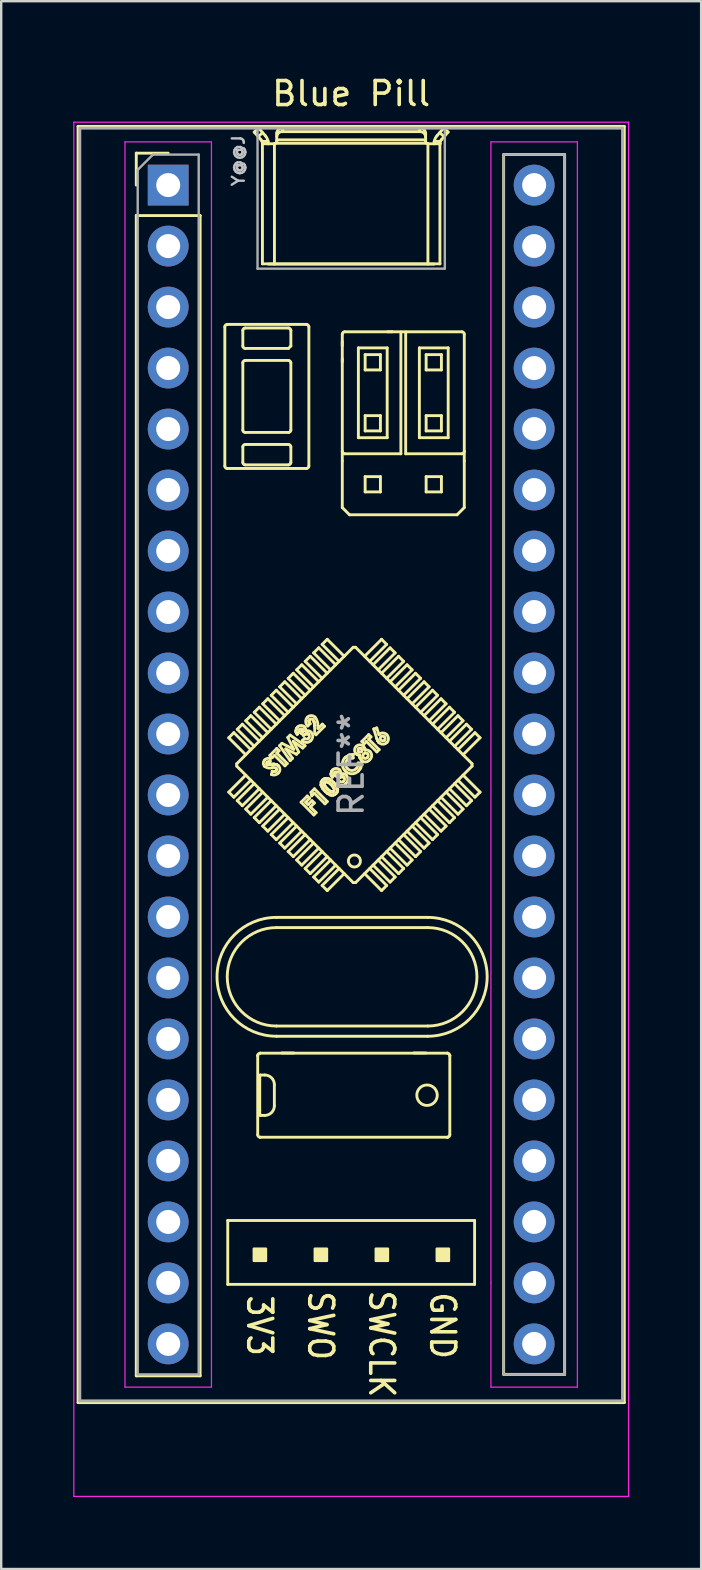
<source format=kicad_pcb>
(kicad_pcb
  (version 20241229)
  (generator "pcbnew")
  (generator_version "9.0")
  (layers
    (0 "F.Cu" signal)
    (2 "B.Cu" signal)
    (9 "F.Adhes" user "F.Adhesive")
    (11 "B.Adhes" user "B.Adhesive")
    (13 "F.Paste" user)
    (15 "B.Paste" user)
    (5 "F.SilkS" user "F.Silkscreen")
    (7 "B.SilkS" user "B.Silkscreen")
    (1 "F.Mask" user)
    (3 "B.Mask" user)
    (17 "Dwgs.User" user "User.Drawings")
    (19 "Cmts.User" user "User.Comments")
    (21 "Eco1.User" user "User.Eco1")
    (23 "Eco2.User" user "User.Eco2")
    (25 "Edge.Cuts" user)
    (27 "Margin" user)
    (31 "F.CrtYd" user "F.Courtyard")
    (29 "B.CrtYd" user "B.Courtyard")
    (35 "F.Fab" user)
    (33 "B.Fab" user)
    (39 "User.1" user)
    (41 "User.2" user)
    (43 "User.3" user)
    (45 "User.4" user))
  (footprint "Blue Pill"
    (layer "F.Cu")
    (at 3.955 4.658)
    (property "Reference" "Blue Pill" (at 7.62 -3.81 0) (layer "F.SilkS") (effects (font (size 1 1) (thickness 0.15))))
    (attr through_hole)
    (fp_line (start -3.755 -2.445) (end 18.995 -2.445) (stroke (width 0.12) (type solid)) (layer "F.SilkS"))
    (fp_line (start -3.755 50.705) (end -3.755 -2.445) (stroke (width 0.12) (type solid)) (layer "F.SilkS"))
    (fp_line (start -1.33 -1.33) (end 0 -1.33) (stroke (width 0.12) (type solid)) (layer "F.SilkS"))
    (fp_line (start -1.33 0) (end -1.33 -1.33) (stroke (width 0.12) (type solid)) (layer "F.SilkS"))
    (fp_line (start -1.33 1.27) (end 1.33 1.27) (stroke (width 0.12) (type solid)) (layer "F.SilkS"))
    (fp_line (start -1.33 49.59) (end -1.33 1.27) (stroke (width 0.12) (type solid)) (layer "F.SilkS"))
    (fp_line (start 1.33 1.27) (end 1.33 49.59) (stroke (width 0.12) (type solid)) (layer "F.SilkS"))
    (fp_line (start 1.33 49.59) (end -1.33 49.59) (stroke (width 0.12) (type solid)) (layer "F.SilkS"))
    (fp_line (start 2.358 5.902) (end 2.358 11.702) (stroke (width 0.12) (type solid)) (layer "F.SilkS"))
    (fp_line (start 2.458 11.802) (end 5.758 11.802) (stroke (width 0.12) (type solid)) (layer "F.SilkS"))
    (fp_line (start 2.48 43.12) (end 2.48 45.78) (stroke (width 0.12) (type solid)) (layer "F.SilkS"))
    (fp_line (start 2.48 45.78) (end 12.76 45.78) (stroke (width 0.12) (type solid)) (layer "F.SilkS"))
    (fp_line (start 2.522 23.017) (end 3.229 23.724) (stroke (width 0.12) (type solid)) (layer "F.SilkS"))
    (fp_line (start 2.522 25.28) (end 3.229 24.573) (stroke (width 0.12) (type solid)) (layer "F.SilkS"))
    (fp_line (start 2.734 22.805) (end 2.522 23.017) (stroke (width 0.12) (type solid)) (layer "F.SilkS"))
    (fp_line (start 2.734 22.805) (end 3.441 23.512) (stroke (width 0.12) (type solid)) (layer "F.SilkS"))
    (fp_line (start 2.734 25.492) (end 2.522 25.28) (stroke (width 0.12) (type solid)) (layer "F.SilkS"))
    (fp_line (start 2.734 25.492) (end 3.441 24.785) (stroke (width 0.12) (type solid)) (layer "F.SilkS"))
    (fp_line (start 2.855 24.199) (end 2.855 24.099) (stroke (width 0.12) (type solid)) (layer "F.SilkS"))
    (fp_line (start 2.855 24.199) (end 7.704 29.048) (stroke (width 0.12) (type solid)) (layer "F.SilkS"))
    (fp_line (start 2.875 22.664) (end 3.583 23.371) (stroke (width 0.12) (type solid)) (layer "F.SilkS"))
    (fp_line (start 2.875 25.634) (end 3.583 24.926) (stroke (width 0.12) (type solid)) (layer "F.SilkS"))
    (fp_line (start 3.088 22.452) (end 2.875 22.664) (stroke (width 0.12) (type solid)) (layer "F.SilkS"))
    (fp_line (start 3.088 22.452) (end 3.795 23.159) (stroke (width 0.12) (type solid)) (layer "F.SilkS"))
    (fp_line (start 3.088 25.846) (end 2.875 25.634) (stroke (width 0.12) (type solid)) (layer "F.SilkS"))
    (fp_line (start 3.088 25.846) (end 3.795 25.139) (stroke (width 0.12) (type solid)) (layer "F.SilkS"))
    (fp_line (start 3.108 6.702) (end 3.108 6.052) (stroke (width 0.12) (type solid)) (layer "F.SilkS"))
    (fp_line (start 3.108 10.202) (end 3.108 7.402) (stroke (width 0.12) (type solid)) (layer "F.SilkS"))
    (fp_line (start 3.108 11.552) (end 3.108 10.902) (stroke (width 0.12) (type solid)) (layer "F.SilkS"))
    (fp_line (start 3.208 5.952) (end 5.008 5.952) (stroke (width 0.12) (type solid)) (layer "F.SilkS"))
    (fp_line (start 3.208 7.302) (end 5.008 7.302) (stroke (width 0.12) (type solid)) (layer "F.SilkS"))
    (fp_line (start 3.208 10.802) (end 5.008 10.802) (stroke (width 0.12) (type solid)) (layer "F.SilkS"))
    (fp_line (start 3.229 22.31) (end 3.936 23.017) (stroke (width 0.12) (type solid)) (layer "F.SilkS"))
    (fp_line (start 3.229 25.987) (end 3.936 25.28) (stroke (width 0.12) (type solid)) (layer "F.SilkS"))
    (fp_line (start 3.441 22.098) (end 3.229 22.31) (stroke (width 0.12) (type solid)) (layer "F.SilkS"))
    (fp_line (start 3.441 22.098) (end 4.148 22.805) (stroke (width 0.12) (type solid)) (layer "F.SilkS"))
    (fp_line (start 3.441 26.199) (end 3.229 25.987) (stroke (width 0.12) (type solid)) (layer "F.SilkS"))
    (fp_line (start 3.441 26.199) (end 4.148 25.492) (stroke (width 0.12) (type solid)) (layer "F.SilkS"))
    (fp_line (start 3.583 -2.207) (end 3.861 -1.891) (stroke (width 0.12) (type solid)) (layer "F.SilkS"))
    (fp_line (start 3.583 21.957) (end 4.29 22.664) (stroke (width 0.12) (type solid)) (layer "F.SilkS"))
    (fp_line (start 3.583 26.341) (end 4.29 25.634) (stroke (width 0.12) (type solid)) (layer "F.SilkS"))
    (fp_line (start 3.728 36.253) (end 3.728 39.553) (stroke (width 0.12) (type solid)) (layer "F.SilkS"))
    (fp_line (start 3.728 36.252) (end 3.728 36.253) (stroke (width 0.12) (type solid)) (layer "F.SilkS"))
    (fp_line (start 3.748 -2.02) (end 3.933 -2.182) (stroke (width 0.12) (type solid)) (layer "F.SilkS"))
    (fp_line (start 3.767 -2.37) (end 3.583 -2.207) (stroke (width 0.12) (type solid)) (layer "F.SilkS"))
    (fp_line (start 3.795 21.744) (end 3.583 21.957) (stroke (width 0.12) (type solid)) (layer "F.SilkS"))
    (fp_line (start 3.795 21.744) (end 4.502 22.452) (stroke (width 0.12) (type solid)) (layer "F.SilkS"))
    (fp_line (start 3.795 26.553) (end 3.583 26.341) (stroke (width 0.12) (type solid)) (layer "F.SilkS"))
    (fp_line (start 3.795 26.553) (end 4.502 25.846) (stroke (width 0.12) (type solid)) (layer "F.SilkS"))
    (fp_line (start 3.812 38.544) (end 3.812 37.262) (stroke (width 0.12) (type solid)) (layer "F.SilkS"))
    (fp_line (start 3.827 39.653) (end 3.828 39.653) (stroke (width 0.12) (type solid)) (layer "F.SilkS"))
    (fp_line (start 3.828 36.153) (end 3.827 36.153) (stroke (width 0.12) (type solid)) (layer "F.SilkS"))
    (fp_line (start 3.828 36.153) (end 11.628 36.153) (stroke (width 0.12) (type solid)) (layer "F.SilkS"))
    (fp_line (start 3.828 39.653) (end 11.628 39.653) (stroke (width 0.12) (type solid)) (layer "F.SilkS"))
    (fp_line (start 3.834 38.744) (end 4.021 38.744) (stroke (width 0.12) (type solid)) (layer "F.SilkS"))
    (fp_line (start 3.924 -1.728) (end 3.929 -1.72) (stroke (width 0.12) (type solid)) (layer "F.SilkS"))
    (fp_line (start 3.924 -1.726) (end 3.924 -1.728) (stroke (width 0.12) (type solid)) (layer "F.SilkS"))
    (fp_line (start 3.924 -1.726) (end 3.924 3.28) (stroke (width 0.12) (type solid)) (layer "F.SilkS"))
    (fp_line (start 3.929 -1.72) (end 3.93 -1.72) (stroke (width 0.12) (type solid)) (layer "F.SilkS"))
    (fp_line (start 3.93 -1.72) (end 4.42 -1.72) (stroke (width 0.12) (type solid)) (layer "F.SilkS"))
    (fp_line (start 3.936 21.603) (end 4.643 22.31) (stroke (width 0.12) (type solid)) (layer "F.SilkS"))
    (fp_line (start 3.936 26.694) (end 4.643 25.987) (stroke (width 0.12) (type solid)) (layer "F.SilkS"))
    (fp_line (start 4.021 37.062) (end 3.834 37.062) (stroke (width 0.12) (type solid)) (layer "F.SilkS"))
    (fp_line (start 4.045 -2.055) (end 3.767 -2.37) (stroke (width 0.12) (type solid)) (layer "F.SilkS"))
    (fp_line (start 4.108 24.11) (end 4.126 24.122) (stroke (width 0.12) (type solid)) (layer "F.SilkS"))
    (fp_line (start 4.108 24.11) (end 4.126 24.122) (stroke (width 0.12) (type solid)) (layer "F.SilkS"))
    (fp_line (start 4.126 24.122) (end 4.142 24.127) (stroke (width 0.12) (type solid)) (layer "F.SilkS"))
    (fp_line (start 4.126 24.122) (end 4.142 24.127) (stroke (width 0.12) (type solid)) (layer "F.SilkS"))
    (fp_line (start 4.142 24.127) (end 4.221 24.127) (stroke (width 0.12) (type solid)) (layer "F.SilkS"))
    (fp_line (start 4.142 24.127) (end 4.221 24.127) (stroke (width 0.12) (type solid)) (layer "F.SilkS"))
    (fp_line (start 4.148 21.391) (end 3.936 21.603) (stroke (width 0.12) (type solid)) (layer "F.SilkS"))
    (fp_line (start 4.148 21.391) (end 4.855 22.098) (stroke (width 0.12) (type solid)) (layer "F.SilkS"))
    (fp_line (start 4.148 26.906) (end 3.936 26.694) (stroke (width 0.12) (type solid)) (layer "F.SilkS"))
    (fp_line (start 4.148 26.906) (end 4.855 26.199) (stroke (width 0.12) (type solid)) (layer "F.SilkS"))
    (fp_line (start 4.161 -1.82) (end 3.905 -1.82) (stroke (width 0.12) (type solid)) (layer "F.SilkS"))
    (fp_line (start 4.17 -1.72) (end 4.17 -1.724) (stroke (width 0.12) (type solid)) (layer "F.SilkS"))
    (fp_line (start 4.221 24.127) (end 4.283 24.123) (stroke (width 0.12) (type solid)) (layer "F.SilkS"))
    (fp_line (start 4.221 24.127) (end 4.283 24.123) (stroke (width 0.12) (type solid)) (layer "F.SilkS"))
    (fp_line (start 4.236 23.749) (end 4.522 23.463) (stroke (width 0.12) (type solid)) (layer "F.SilkS"))
    (fp_line (start 4.253 23.874) (end 4.247 24.011) (stroke (width 0.12) (type solid)) (layer "F.SilkS"))
    (fp_line (start 4.283 24.123) (end 4.355 24.118) (stroke (width 0.12) (type solid)) (layer "F.SilkS"))
    (fp_line (start 4.283 24.123) (end 4.355 24.118) (stroke (width 0.12) (type solid)) (layer "F.SilkS"))
    (fp_line (start 4.29 21.249) (end 4.997 21.957) (stroke (width 0.12) (type solid)) (layer "F.SilkS"))
    (fp_line (start 4.29 27.048) (end 4.997 26.341) (stroke (width 0.12) (type solid)) (layer "F.SilkS"))
    (fp_line (start 4.3 24.547) (end 4.334 24.413) (stroke (width 0.12) (type solid)) (layer "F.SilkS"))
    (fp_line (start 4.331 23.844) (end 4.236 23.749) (stroke (width 0.12) (type solid)) (layer "F.SilkS"))
    (fp_line (start 4.334 24.413) (end 4.424 24.424) (stroke (width 0.12) (type solid)) (layer "F.SilkS"))
    (fp_line (start 4.334 24.413) (end 4.424 24.424) (stroke (width 0.12) (type solid)) (layer "F.SilkS"))
    (fp_line (start 4.355 24.118) (end 4.412 24.116) (stroke (width 0.12) (type solid)) (layer "F.SilkS"))
    (fp_line (start 4.355 24.118) (end 4.412 24.116) (stroke (width 0.12) (type solid)) (layer "F.SilkS"))
    (fp_line (start 4.412 24.116) (end 4.518 24.135) (stroke (width 0.12) (type solid)) (layer "F.SilkS"))
    (fp_line (start 4.412 24.116) (end 4.518 24.135) (stroke (width 0.12) (type solid)) (layer "F.SilkS"))
    (fp_line (start 4.42 -1.72) (end 4.424 -1.72) (stroke (width 0.12) (type solid)) (layer "F.SilkS"))
    (fp_line (start 4.421 37.462) (end 4.421 38.344) (stroke (width 0.12) (type solid)) (layer "F.SilkS"))
    (fp_line (start 4.424 -1.72) (end 4.424 3.29) (stroke (width 0.12) (type solid)) (layer "F.SilkS"))
    (fp_line (start 4.424 24.424) (end 4.459 24.415) (stroke (width 0.12) (type solid)) (layer "F.SilkS"))
    (fp_line (start 4.424 24.424) (end 4.459 24.415) (stroke (width 0.12) (type solid)) (layer "F.SilkS"))
    (fp_line (start 4.427 23.749) (end 4.331 23.844) (stroke (width 0.12) (type solid)) (layer "F.SilkS"))
    (fp_line (start 4.459 24.415) (end 4.489 24.394) (stroke (width 0.12) (type solid)) (layer "F.SilkS"))
    (fp_line (start 4.459 24.415) (end 4.489 24.394) (stroke (width 0.12) (type solid)) (layer "F.SilkS"))
    (fp_line (start 4.502 21.037) (end 4.29 21.249) (stroke (width 0.12) (type solid)) (layer "F.SilkS"))
    (fp_line (start 4.502 21.037) (end 5.209 21.744) (stroke (width 0.12) (type solid)) (layer "F.SilkS"))
    (fp_line (start 4.502 27.26) (end 4.29 27.048) (stroke (width 0.12) (type solid)) (layer "F.SilkS"))
    (fp_line (start 4.502 27.26) (end 5.209 26.553) (stroke (width 0.12) (type solid)) (layer "F.SilkS"))
    (fp_line (start 4.508 30.923) (end 10.808 30.923) (stroke (width 0.12) (type solid)) (layer "F.SilkS"))
    (fp_line (start 4.508 35.448) (end 10.808 35.448) (stroke (width 0.12) (type solid)) (layer "F.SilkS"))
    (fp_line (start 4.518 24.135) (end 4.588 24.183) (stroke (width 0.12) (type solid)) (layer "F.SilkS"))
    (fp_line (start 4.518 24.135) (end 4.588 24.183) (stroke (width 0.12) (type solid)) (layer "F.SilkS"))
    (fp_line (start 4.52 -2.165) (end 4.52 -1.82) (stroke (width 0.12) (type solid)) (layer "F.SilkS"))
    (fp_line (start 4.52 -1.885) (end 10.72 -1.885) (stroke (width 0.12) (type solid)) (layer "F.SilkS"))
    (fp_line (start 4.522 23.463) (end 4.617 23.559) (stroke (width 0.12) (type solid)) (layer "F.SilkS"))
    (fp_line (start 4.522 23.654) (end 4.957 24.089) (stroke (width 0.12) (type solid)) (layer "F.SilkS"))
    (fp_line (start 4.617 23.559) (end 4.522 23.654) (stroke (width 0.12) (type solid)) (layer "F.SilkS"))
    (fp_line (start 4.639 23.347) (end 4.737 23.248) (stroke (width 0.12) (type solid)) (layer "F.SilkS"))
    (fp_line (start 4.643 20.896) (end 5.35 21.603) (stroke (width 0.12) (type solid)) (layer "F.SilkS"))
    (fp_line (start 4.643 27.401) (end 5.35 26.694) (stroke (width 0.12) (type solid)) (layer "F.SilkS"))
    (fp_line (start 4.737 23.248) (end 5.228 23.497) (stroke (width 0.12) (type solid)) (layer "F.SilkS"))
    (fp_line (start 4.77 -2.227) (end 4.77 -2.37) (stroke (width 0.12) (type solid)) (layer "F.SilkS"))
    (fp_line (start 4.855 20.684) (end 4.643 20.896) (stroke (width 0.12) (type solid)) (layer "F.SilkS"))
    (fp_line (start 4.855 20.684) (end 5.562 21.391) (stroke (width 0.12) (type solid)) (layer "F.SilkS"))
    (fp_line (start 4.855 27.613) (end 4.643 27.401) (stroke (width 0.12) (type solid)) (layer "F.SilkS"))
    (fp_line (start 4.855 27.613) (end 5.562 26.906) (stroke (width 0.12) (type solid)) (layer "F.SilkS"))
    (fp_line (start 4.862 24.184) (end 4.427 23.749) (stroke (width 0.12) (type solid)) (layer "F.SilkS"))
    (fp_line (start 4.897 23.479) (end 5.176 23.87) (stroke (width 0.12) (type solid)) (layer "F.SilkS"))
    (fp_line (start 4.957 24.089) (end 4.862 24.184) (stroke (width 0.12) (type solid)) (layer "F.SilkS"))
    (fp_line (start 4.98 23.005) (end 5.078 22.907) (stroke (width 0.12) (type solid)) (layer "F.SilkS"))
    (fp_line (start 4.997 20.542) (end 5.704 21.249) (stroke (width 0.12) (type solid)) (layer "F.SilkS"))
    (fp_line (start 4.997 27.755) (end 5.704 27.048) (stroke (width 0.12) (type solid)) (layer "F.SilkS"))
    (fp_line (start 5.008 6.802) (end 3.208 6.802) (stroke (width 0.12) (type solid)) (layer "F.SilkS"))
    (fp_line (start 5.008 10.302) (end 3.208 10.302) (stroke (width 0.12) (type solid)) (layer "F.SilkS"))
    (fp_line (start 5.008 11.652) (end 3.208 11.652) (stroke (width 0.12) (type solid)) (layer "F.SilkS"))
    (fp_line (start 5.078 22.907) (end 5.698 23.348) (stroke (width 0.12) (type solid)) (layer "F.SilkS"))
    (fp_line (start 5.079 23.967) (end 4.639 23.347) (stroke (width 0.12) (type solid)) (layer "F.SilkS"))
    (fp_line (start 5.108 6.052) (end 5.108 6.702) (stroke (width 0.12) (type solid)) (layer "F.SilkS"))
    (fp_line (start 5.108 6.702) (end 5.008 6.802) (stroke (width 0.12) (type solid)) (layer "F.SilkS"))
    (fp_line (start 5.108 7.402) (end 5.108 10.202) (stroke (width 0.12) (type solid)) (layer "F.SilkS"))
    (fp_line (start 5.108 10.902) (end 5.108 11.552) (stroke (width 0.12) (type solid)) (layer "F.SilkS"))
    (fp_line (start 5.176 23.87) (end 5.079 23.967) (stroke (width 0.12) (type solid)) (layer "F.SilkS"))
    (fp_line (start 5.209 20.33) (end 4.997 20.542) (stroke (width 0.12) (type solid)) (layer "F.SilkS"))
    (fp_line (start 5.209 20.33) (end 5.916 21.037) (stroke (width 0.12) (type solid)) (layer "F.SilkS"))
    (fp_line (start 5.209 27.967) (end 4.997 27.755) (stroke (width 0.12) (type solid)) (layer "F.SilkS"))
    (fp_line (start 5.209 27.967) (end 5.916 27.26) (stroke (width 0.12) (type solid)) (layer "F.SilkS"))
    (fp_line (start 5.21 23.166) (end 5.435 23.611) (stroke (width 0.12) (type solid)) (layer "F.SilkS"))
    (fp_line (start 5.228 36.143) (end 4.728 36.143) (stroke (width 0.12) (type solid)) (layer "F.SilkS"))
    (fp_line (start 5.228 23.497) (end 4.98 23.005) (stroke (width 0.12) (type solid)) (layer "F.SilkS"))
    (fp_line (start 5.319 22.738) (end 5.339 22.637) (stroke (width 0.12) (type solid)) (layer "F.SilkS"))
    (fp_line (start 5.319 22.738) (end 5.339 22.637) (stroke (width 0.12) (type solid)) (layer "F.SilkS"))
    (fp_line (start 5.331 22.801) (end 5.319 22.738) (stroke (width 0.12) (type solid)) (layer "F.SilkS"))
    (fp_line (start 5.331 22.801) (end 5.319 22.738) (stroke (width 0.12) (type solid)) (layer "F.SilkS"))
    (fp_line (start 5.339 22.637) (end 5.387 22.571) (stroke (width 0.12) (type solid)) (layer "F.SilkS"))
    (fp_line (start 5.339 22.637) (end 5.387 22.571) (stroke (width 0.12) (type solid)) (layer "F.SilkS"))
    (fp_line (start 5.342 23.704) (end 4.897 23.479) (stroke (width 0.12) (type solid)) (layer "F.SilkS"))
    (fp_line (start 5.35 20.189) (end 6.057 20.896) (stroke (width 0.12) (type solid)) (layer "F.SilkS"))
    (fp_line (start 5.35 28.108) (end 6.057 27.401) (stroke (width 0.12) (type solid)) (layer "F.SilkS"))
    (fp_line (start 5.372 22.872) (end 5.331 22.801) (stroke (width 0.12) (type solid)) (layer "F.SilkS"))
    (fp_line (start 5.372 22.872) (end 5.331 22.801) (stroke (width 0.12) (type solid)) (layer "F.SilkS"))
    (fp_line (start 5.435 23.611) (end 5.342 23.704) (stroke (width 0.12) (type solid)) (layer "F.SilkS"))
    (fp_line (start 5.467 22.777) (end 5.372 22.872) (stroke (width 0.12) (type solid)) (layer "F.SilkS"))
    (fp_line (start 5.535 25.7) (end 5.793 25.442) (stroke (width 0.12) (type solid)) (layer "F.SilkS"))
    (fp_line (start 5.549 22.831) (end 5.6 22.752) (stroke (width 0.12) (type solid)) (layer "F.SilkS"))
    (fp_line (start 5.549 22.831) (end 5.6 22.752) (stroke (width 0.12) (type solid)) (layer "F.SilkS"))
    (fp_line (start 5.562 19.977) (end 5.35 20.189) (stroke (width 0.12) (type solid)) (layer "F.SilkS"))
    (fp_line (start 5.562 19.977) (end 6.27 20.684) (stroke (width 0.12) (type solid)) (layer "F.SilkS"))
    (fp_line (start 5.562 28.321) (end 5.35 28.108) (stroke (width 0.12) (type solid)) (layer "F.SilkS"))
    (fp_line (start 5.562 28.321) (end 6.27 27.613) (stroke (width 0.12) (type solid)) (layer "F.SilkS"))
    (fp_line (start 5.583 23.137) (end 5.678 23.042) (stroke (width 0.12) (type solid)) (layer "F.SilkS"))
    (fp_line (start 5.598 22.683) (end 5.585 22.664) (stroke (width 0.12) (type solid)) (layer "F.SilkS"))
    (fp_line (start 5.598 22.683) (end 5.585 22.664) (stroke (width 0.12) (type solid)) (layer "F.SilkS"))
    (fp_line (start 5.6 22.752) (end 5.605 22.706) (stroke (width 0.12) (type solid)) (layer "F.SilkS"))
    (fp_line (start 5.6 22.752) (end 5.605 22.706) (stroke (width 0.12) (type solid)) (layer "F.SilkS"))
    (fp_line (start 5.602 23.444) (end 5.21 23.166) (stroke (width 0.12) (type solid)) (layer "F.SilkS"))
    (fp_line (start 5.605 22.706) (end 5.598 22.683) (stroke (width 0.12) (type solid)) (layer "F.SilkS"))
    (fp_line (start 5.605 22.706) (end 5.598 22.683) (stroke (width 0.12) (type solid)) (layer "F.SilkS"))
    (fp_line (start 5.637 22.92) (end 5.549 22.831) (stroke (width 0.12) (type solid)) (layer "F.SilkS"))
    (fp_line (start 5.698 23.348) (end 5.602 23.444) (stroke (width 0.12) (type solid)) (layer "F.SilkS"))
    (fp_line (start 5.704 19.835) (end 6.411 20.542) (stroke (width 0.12) (type solid)) (layer "F.SilkS"))
    (fp_line (start 5.704 28.462) (end 6.411 27.755) (stroke (width 0.12) (type solid)) (layer "F.SilkS"))
    (fp_line (start 5.725 25.7) (end 5.827 25.802) (stroke (width 0.12) (type solid)) (layer "F.SilkS"))
    (fp_line (start 5.738 22.854) (end 5.637 22.92) (stroke (width 0.12) (type solid)) (layer "F.SilkS"))
    (fp_line (start 5.738 22.854) (end 5.637 22.92) (stroke (width 0.12) (type solid)) (layer "F.SilkS"))
    (fp_line (start 5.758 5.802) (end 2.458 5.802) (stroke (width 0.12) (type solid)) (layer "F.SilkS"))
    (fp_line (start 5.762 5.802) (end 5.758 5.802) (stroke (width 0.12) (type solid)) (layer "F.SilkS"))
    (fp_line (start 5.793 25.442) (end 5.888 25.537) (stroke (width 0.12) (type solid)) (layer "F.SilkS"))
    (fp_line (start 5.798 22.849) (end 5.738 22.854) (stroke (width 0.12) (type solid)) (layer "F.SilkS"))
    (fp_line (start 5.798 22.849) (end 5.738 22.854) (stroke (width 0.12) (type solid)) (layer "F.SilkS"))
    (fp_line (start 5.827 25.802) (end 5.99 25.639) (stroke (width 0.12) (type solid)) (layer "F.SilkS"))
    (fp_line (start 5.827 22.858) (end 5.798 22.849) (stroke (width 0.12) (type solid)) (layer "F.SilkS"))
    (fp_line (start 5.827 22.858) (end 5.798 22.849) (stroke (width 0.12) (type solid)) (layer "F.SilkS"))
    (fp_line (start 5.852 22.876) (end 5.827 22.858) (stroke (width 0.12) (type solid)) (layer "F.SilkS"))
    (fp_line (start 5.852 22.876) (end 5.827 22.858) (stroke (width 0.12) (type solid)) (layer "F.SilkS"))
    (fp_line (start 5.858 11.702) (end 5.858 5.902) (stroke (width 0.12) (type solid)) (layer "F.SilkS"))
    (fp_line (start 5.862 22.307) (end 5.866 22.36) (stroke (width 0.12) (type solid)) (layer "F.SilkS"))
    (fp_line (start 5.862 22.307) (end 5.866 22.36) (stroke (width 0.12) (type solid)) (layer "F.SilkS"))
    (fp_line (start 5.866 22.36) (end 5.909 22.43) (stroke (width 0.12) (type solid)) (layer "F.SilkS"))
    (fp_line (start 5.866 22.36) (end 5.909 22.43) (stroke (width 0.12) (type solid)) (layer "F.SilkS"))
    (fp_line (start 5.887 22.261) (end 5.862 22.307) (stroke (width 0.12) (type solid)) (layer "F.SilkS"))
    (fp_line (start 5.887 22.261) (end 5.862 22.307) (stroke (width 0.12) (type solid)) (layer "F.SilkS"))
    (fp_line (start 5.888 25.537) (end 5.725 25.7) (stroke (width 0.12) (type solid)) (layer "F.SilkS"))
    (fp_line (start 5.909 22.43) (end 5.814 22.525) (stroke (width 0.12) (type solid)) (layer "F.SilkS"))
    (fp_line (start 5.916 19.623) (end 5.704 19.835) (stroke (width 0.12) (type solid)) (layer "F.SilkS"))
    (fp_line (start 5.916 19.623) (end 6.623 20.33) (stroke (width 0.12) (type solid)) (layer "F.SilkS"))
    (fp_line (start 5.916 28.674) (end 5.704 28.462) (stroke (width 0.12) (type solid)) (layer "F.SilkS"))
    (fp_line (start 5.916 28.674) (end 6.623 27.967) (stroke (width 0.12) (type solid)) (layer "F.SilkS"))
    (fp_line (start 5.922 25.898) (end 6.16 26.136) (stroke (width 0.12) (type solid)) (layer "F.SilkS"))
    (fp_line (start 5.945 25.29) (end 6.092 25.143) (stroke (width 0.12) (type solid)) (layer "F.SilkS"))
    (fp_line (start 5.977 25.435) (end 5.945 25.29) (stroke (width 0.12) (type solid)) (layer "F.SilkS"))
    (fp_line (start 5.99 25.639) (end 6.086 25.734) (stroke (width 0.12) (type solid)) (layer "F.SilkS"))
    (fp_line (start 6.057 19.482) (end 6.765 20.189) (stroke (width 0.12) (type solid)) (layer "F.SilkS"))
    (fp_line (start 6.057 28.815) (end 6.765 28.108) (stroke (width 0.12) (type solid)) (layer "F.SilkS"))
    (fp_line (start 6.065 26.231) (end 5.535 25.7) (stroke (width 0.12) (type solid)) (layer "F.SilkS"))
    (fp_line (start 6.08 22.368) (end 6.027 22.263) (stroke (width 0.12) (type solid)) (layer "F.SilkS"))
    (fp_line (start 6.08 22.368) (end 6.027 22.263) (stroke (width 0.12) (type solid)) (layer "F.SilkS"))
    (fp_line (start 6.086 25.326) (end 5.977 25.435) (stroke (width 0.12) (type solid)) (layer "F.SilkS"))
    (fp_line (start 6.086 25.734) (end 5.922 25.898) (stroke (width 0.12) (type solid)) (layer "F.SilkS"))
    (fp_line (start 6.092 25.143) (end 6.623 25.673) (stroke (width 0.12) (type solid)) (layer "F.SilkS"))
    (fp_line (start 6.095 22.52) (end 6.08 22.368) (stroke (width 0.12) (type solid)) (layer "F.SilkS"))
    (fp_line (start 6.095 22.52) (end 6.08 22.368) (stroke (width 0.12) (type solid)) (layer "F.SilkS"))
    (fp_line (start 6.105 22.844) (end 6.095 22.52) (stroke (width 0.12) (type solid)) (layer "F.SilkS"))
    (fp_line (start 6.154 22.892) (end 6.105 22.844) (stroke (width 0.12) (type solid)) (layer "F.SilkS"))
    (fp_line (start 6.16 26.136) (end 6.065 26.231) (stroke (width 0.12) (type solid)) (layer "F.SilkS"))
    (fp_line (start 6.232 22.51) (end 6.24 22.629) (stroke (width 0.12) (type solid)) (layer "F.SilkS"))
    (fp_line (start 6.24 22.629) (end 6.419 22.45) (stroke (width 0.12) (type solid)) (layer "F.SilkS"))
    (fp_line (start 6.27 19.27) (end 6.057 19.482) (stroke (width 0.12) (type solid)) (layer "F.SilkS"))
    (fp_line (start 6.27 19.27) (end 6.977 19.977) (stroke (width 0.12) (type solid)) (layer "F.SilkS"))
    (fp_line (start 6.27 29.028) (end 6.057 28.815) (stroke (width 0.12) (type solid)) (layer "F.SilkS"))
    (fp_line (start 6.27 29.028) (end 6.977 28.321) (stroke (width 0.12) (type solid)) (layer "F.SilkS"))
    (fp_line (start 6.365 24.988) (end 6.373 24.863) (stroke (width 0.12) (type solid)) (layer "F.SilkS"))
    (fp_line (start 6.365 24.988) (end 6.373 24.863) (stroke (width 0.12) (type solid)) (layer "F.SilkS"))
    (fp_line (start 6.373 24.863) (end 6.427 24.781) (stroke (width 0.12) (type solid)) (layer "F.SilkS"))
    (fp_line (start 6.373 24.863) (end 6.427 24.781) (stroke (width 0.12) (type solid)) (layer "F.SilkS"))
    (fp_line (start 6.411 19.128) (end 7.118 19.835) (stroke (width 0.12) (type solid)) (layer "F.SilkS"))
    (fp_line (start 6.411 29.169) (end 7.118 28.462) (stroke (width 0.12) (type solid)) (layer "F.SilkS"))
    (fp_line (start 6.419 22.45) (end 6.507 22.539) (stroke (width 0.12) (type solid)) (layer "F.SilkS"))
    (fp_line (start 6.421 25.111) (end 6.365 24.988) (stroke (width 0.12) (type solid)) (layer "F.SilkS"))
    (fp_line (start 6.421 25.111) (end 6.365 24.988) (stroke (width 0.12) (type solid)) (layer "F.SilkS"))
    (fp_line (start 6.427 24.781) (end 6.48 24.74) (stroke (width 0.12) (type solid)) (layer "F.SilkS"))
    (fp_line (start 6.427 24.781) (end 6.48 24.74) (stroke (width 0.12) (type solid)) (layer "F.SilkS"))
    (fp_line (start 6.48 24.74) (end 6.541 24.715) (stroke (width 0.12) (type solid)) (layer "F.SilkS"))
    (fp_line (start 6.48 24.74) (end 6.541 24.715) (stroke (width 0.12) (type solid)) (layer "F.SilkS"))
    (fp_line (start 6.496 24.948) (end 6.524 25.024) (stroke (width 0.12) (type solid)) (layer "F.SilkS"))
    (fp_line (start 6.496 24.948) (end 6.524 25.024) (stroke (width 0.12) (type solid)) (layer "F.SilkS"))
    (fp_line (start 6.503 24.908) (end 6.496 24.948) (stroke (width 0.12) (type solid)) (layer "F.SilkS"))
    (fp_line (start 6.503 24.908) (end 6.496 24.948) (stroke (width 0.12) (type solid)) (layer "F.SilkS"))
    (fp_line (start 6.507 22.539) (end 6.154 22.892) (stroke (width 0.12) (type solid)) (layer "F.SilkS"))
    (fp_line (start 6.524 25.024) (end 6.629 25.149) (stroke (width 0.12) (type solid)) (layer "F.SilkS"))
    (fp_line (start 6.524 25.024) (end 6.629 25.149) (stroke (width 0.12) (type solid)) (layer "F.SilkS"))
    (fp_line (start 6.525 24.874) (end 6.503 24.908) (stroke (width 0.12) (type solid)) (layer "F.SilkS"))
    (fp_line (start 6.525 24.874) (end 6.503 24.908) (stroke (width 0.12) (type solid)) (layer "F.SilkS"))
    (fp_line (start 6.528 25.768) (end 6.086 25.326) (stroke (width 0.12) (type solid)) (layer "F.SilkS"))
    (fp_line (start 6.533 25.243) (end 6.421 25.111) (stroke (width 0.12) (type solid)) (layer "F.SilkS"))
    (fp_line (start 6.533 25.243) (end 6.421 25.111) (stroke (width 0.12) (type solid)) (layer "F.SilkS"))
    (fp_line (start 6.541 24.715) (end 6.608 24.71) (stroke (width 0.12) (type solid)) (layer "F.SilkS"))
    (fp_line (start 6.541 24.715) (end 6.608 24.71) (stroke (width 0.12) (type solid)) (layer "F.SilkS"))
    (fp_line (start 6.558 24.852) (end 6.525 24.874) (stroke (width 0.12) (type solid)) (layer "F.SilkS"))
    (fp_line (start 6.558 24.852) (end 6.525 24.874) (stroke (width 0.12) (type solid)) (layer "F.SilkS"))
    (fp_line (start 6.597 24.848) (end 6.558 24.852) (stroke (width 0.12) (type solid)) (layer "F.SilkS"))
    (fp_line (start 6.597 24.848) (end 6.558 24.852) (stroke (width 0.12) (type solid)) (layer "F.SilkS"))
    (fp_line (start 6.608 24.71) (end 6.673 24.725) (stroke (width 0.12) (type solid)) (layer "F.SilkS"))
    (fp_line (start 6.608 24.71) (end 6.673 24.725) (stroke (width 0.12) (type solid)) (layer "F.SilkS"))
    (fp_line (start 6.623 25.673) (end 6.528 25.768) (stroke (width 0.12) (type solid)) (layer "F.SilkS"))
    (fp_line (start 6.623 18.916) (end 6.411 19.128) (stroke (width 0.12) (type solid)) (layer "F.SilkS"))
    (fp_line (start 6.623 18.916) (end 7.33 19.623) (stroke (width 0.12) (type solid)) (layer "F.SilkS"))
    (fp_line (start 6.623 29.381) (end 6.411 29.169) (stroke (width 0.12) (type solid)) (layer "F.SilkS"))
    (fp_line (start 6.623 29.381) (end 7.33 28.674) (stroke (width 0.12) (type solid)) (layer "F.SilkS"))
    (fp_line (start 6.629 25.149) (end 6.749 25.246) (stroke (width 0.12) (type solid)) (layer "F.SilkS"))
    (fp_line (start 6.629 25.149) (end 6.749 25.246) (stroke (width 0.12) (type solid)) (layer "F.SilkS"))
    (fp_line (start 6.631 25.331) (end 6.533 25.243) (stroke (width 0.12) (type solid)) (layer "F.SilkS"))
    (fp_line (start 6.631 25.331) (end 6.533 25.243) (stroke (width 0.12) (type solid)) (layer "F.SilkS"))
    (fp_line (start 6.671 24.873) (end 6.597 24.848) (stroke (width 0.12) (type solid)) (layer "F.SilkS"))
    (fp_line (start 6.671 24.873) (end 6.597 24.848) (stroke (width 0.12) (type solid)) (layer "F.SilkS"))
    (fp_line (start 6.673 24.725) (end 6.788 24.789) (stroke (width 0.12) (type solid)) (layer "F.SilkS"))
    (fp_line (start 6.673 24.725) (end 6.788 24.789) (stroke (width 0.12) (type solid)) (layer "F.SilkS"))
    (fp_line (start 6.746 25.394) (end 6.631 25.331) (stroke (width 0.12) (type solid)) (layer "F.SilkS"))
    (fp_line (start 6.746 25.394) (end 6.631 25.331) (stroke (width 0.12) (type solid)) (layer "F.SilkS"))
    (fp_line (start 6.749 25.246) (end 6.822 25.268) (stroke (width 0.12) (type solid)) (layer "F.SilkS"))
    (fp_line (start 6.749 25.246) (end 6.822 25.268) (stroke (width 0.12) (type solid)) (layer "F.SilkS"))
    (fp_line (start 6.781 24.526) (end 6.801 24.425) (stroke (width 0.12) (type solid)) (layer "F.SilkS"))
    (fp_line (start 6.781 24.526) (end 6.801 24.425) (stroke (width 0.12) (type solid)) (layer "F.SilkS"))
    (fp_line (start 6.788 24.789) (end 6.888 24.878) (stroke (width 0.12) (type solid)) (layer "F.SilkS"))
    (fp_line (start 6.788 24.789) (end 6.888 24.878) (stroke (width 0.12) (type solid)) (layer "F.SilkS"))
    (fp_line (start 6.793 24.973) (end 6.671 24.873) (stroke (width 0.12) (type solid)) (layer "F.SilkS"))
    (fp_line (start 6.793 24.973) (end 6.671 24.873) (stroke (width 0.12) (type solid)) (layer "F.SilkS"))
    (fp_line (start 6.793 24.589) (end 6.781 24.526) (stroke (width 0.12) (type solid)) (layer "F.SilkS"))
    (fp_line (start 6.793 24.589) (end 6.781 24.526) (stroke (width 0.12) (type solid)) (layer "F.SilkS"))
    (fp_line (start 6.801 24.425) (end 6.849 24.359) (stroke (width 0.12) (type solid)) (layer "F.SilkS"))
    (fp_line (start 6.801 24.425) (end 6.849 24.359) (stroke (width 0.12) (type solid)) (layer "F.SilkS"))
    (fp_line (start 6.811 25.407) (end 6.746 25.394) (stroke (width 0.12) (type solid)) (layer "F.SilkS"))
    (fp_line (start 6.811 25.407) (end 6.746 25.394) (stroke (width 0.12) (type solid)) (layer "F.SilkS"))
    (fp_line (start 6.822 25.268) (end 6.86 25.262) (stroke (width 0.12) (type solid)) (layer "F.SilkS"))
    (fp_line (start 6.822 25.268) (end 6.86 25.262) (stroke (width 0.12) (type solid)) (layer "F.SilkS"))
    (fp_line (start 6.834 24.66) (end 6.793 24.589) (stroke (width 0.12) (type solid)) (layer "F.SilkS"))
    (fp_line (start 6.834 24.66) (end 6.793 24.589) (stroke (width 0.12) (type solid)) (layer "F.SilkS"))
    (fp_line (start 6.856 25.043) (end 6.793 24.973) (stroke (width 0.12) (type solid)) (layer "F.SilkS"))
    (fp_line (start 6.856 25.043) (end 6.793 24.973) (stroke (width 0.12) (type solid)) (layer "F.SilkS"))
    (fp_line (start 6.86 25.262) (end 6.892 25.241) (stroke (width 0.12) (type solid)) (layer "F.SilkS"))
    (fp_line (start 6.86 25.262) (end 6.892 25.241) (stroke (width 0.12) (type solid)) (layer "F.SilkS"))
    (fp_line (start 6.876 25.402) (end 6.811 25.407) (stroke (width 0.12) (type solid)) (layer "F.SilkS"))
    (fp_line (start 6.876 25.402) (end 6.811 25.407) (stroke (width 0.12) (type solid)) (layer "F.SilkS"))
    (fp_line (start 6.888 24.878) (end 6.976 24.977) (stroke (width 0.12) (type solid)) (layer "F.SilkS"))
    (fp_line (start 6.888 24.878) (end 6.976 24.977) (stroke (width 0.12) (type solid)) (layer "F.SilkS"))
    (fp_line (start 6.914 25.146) (end 6.856 25.043) (stroke (width 0.12) (type solid)) (layer "F.SilkS"))
    (fp_line (start 6.914 25.146) (end 6.856 25.043) (stroke (width 0.12) (type solid)) (layer "F.SilkS"))
    (fp_line (start 6.929 24.565) (end 6.834 24.66) (stroke (width 0.12) (type solid)) (layer "F.SilkS"))
    (fp_line (start 6.936 25.377) (end 6.876 25.402) (stroke (width 0.12) (type solid)) (layer "F.SilkS"))
    (fp_line (start 6.936 25.377) (end 6.876 25.402) (stroke (width 0.12) (type solid)) (layer "F.SilkS"))
    (fp_line (start 6.976 24.977) (end 7.041 25.092) (stroke (width 0.12) (type solid)) (layer "F.SilkS"))
    (fp_line (start 6.976 24.977) (end 7.041 25.092) (stroke (width 0.12) (type solid)) (layer "F.SilkS"))
    (fp_line (start 6.988 25.335) (end 6.936 25.377) (stroke (width 0.12) (type solid)) (layer "F.SilkS"))
    (fp_line (start 6.988 25.335) (end 6.936 25.377) (stroke (width 0.12) (type solid)) (layer "F.SilkS"))
    (fp_line (start 7.01 24.619) (end 7.062 24.54) (stroke (width 0.12) (type solid)) (layer "F.SilkS"))
    (fp_line (start 7.01 24.619) (end 7.062 24.54) (stroke (width 0.12) (type solid)) (layer "F.SilkS"))
    (fp_line (start 7.029 25.284) (end 6.988 25.335) (stroke (width 0.12) (type solid)) (layer "F.SilkS"))
    (fp_line (start 7.029 25.284) (end 6.988 25.335) (stroke (width 0.12) (type solid)) (layer "F.SilkS"))
    (fp_line (start 7.041 25.092) (end 7.057 25.157) (stroke (width 0.12) (type solid)) (layer "F.SilkS"))
    (fp_line (start 7.041 25.092) (end 7.057 25.157) (stroke (width 0.12) (type solid)) (layer "F.SilkS"))
    (fp_line (start 7.044 24.925) (end 7.14 24.83) (stroke (width 0.12) (type solid)) (layer "F.SilkS"))
    (fp_line (start 7.054 25.223) (end 7.029 25.284) (stroke (width 0.12) (type solid)) (layer "F.SilkS"))
    (fp_line (start 7.054 25.223) (end 7.029 25.284) (stroke (width 0.12) (type solid)) (layer "F.SilkS"))
    (fp_line (start 7.057 25.157) (end 7.054 25.223) (stroke (width 0.12) (type solid)) (layer "F.SilkS"))
    (fp_line (start 7.057 25.157) (end 7.054 25.223) (stroke (width 0.12) (type solid)) (layer "F.SilkS"))
    (fp_line (start 7.06 24.471) (end 7.047 24.452) (stroke (width 0.12) (type solid)) (layer "F.SilkS"))
    (fp_line (start 7.06 24.471) (end 7.047 24.452) (stroke (width 0.12) (type solid)) (layer "F.SilkS"))
    (fp_line (start 7.062 24.54) (end 7.067 24.494) (stroke (width 0.12) (type solid)) (layer "F.SilkS"))
    (fp_line (start 7.062 24.54) (end 7.067 24.494) (stroke (width 0.12) (type solid)) (layer "F.SilkS"))
    (fp_line (start 7.067 24.494) (end 7.06 24.471) (stroke (width 0.12) (type solid)) (layer "F.SilkS"))
    (fp_line (start 7.067 24.494) (end 7.06 24.471) (stroke (width 0.12) (type solid)) (layer "F.SilkS"))
    (fp_line (start 7.099 24.708) (end 7.01 24.619) (stroke (width 0.12) (type solid)) (layer "F.SilkS"))
    (fp_line (start 7.2 24.642) (end 7.099 24.708) (stroke (width 0.12) (type solid)) (layer "F.SilkS"))
    (fp_line (start 7.2 24.642) (end 7.099 24.708) (stroke (width 0.12) (type solid)) (layer "F.SilkS"))
    (fp_line (start 7.249 6.502) (end 7.249 6.691) (stroke (width 0.12) (type solid)) (layer "F.SilkS"))
    (fp_line (start 7.249 7.231) (end 7.249 7.265) (stroke (width 0.12) (type solid)) (layer "F.SilkS"))
    (fp_line (start 7.249 7.315) (end 7.249 7.359) (stroke (width 0.12) (type solid)) (layer "F.SilkS"))
    (fp_line (start 7.25 11.09) (end 7.25 6.21) (stroke (width 0.12) (type solid)) (layer "F.SilkS"))
    (fp_line (start 7.25 11.09) (end 7.25 11.49) (stroke (width 0.12) (type solid)) (layer "F.SilkS"))
    (fp_line (start 7.25 11.49) (end 7.25 13.43) (stroke (width 0.12) (type solid)) (layer "F.SilkS"))
    (fp_line (start 7.25 13.43) (end 7.55 13.73) (stroke (width 0.12) (type solid)) (layer "F.SilkS"))
    (fp_line (start 7.26 24.637) (end 7.2 24.642) (stroke (width 0.12) (type solid)) (layer "F.SilkS"))
    (fp_line (start 7.26 24.637) (end 7.2 24.642) (stroke (width 0.12) (type solid)) (layer "F.SilkS"))
    (fp_line (start 7.289 24.646) (end 7.26 24.637) (stroke (width 0.12) (type solid)) (layer "F.SilkS"))
    (fp_line (start 7.289 24.646) (end 7.26 24.637) (stroke (width 0.12) (type solid)) (layer "F.SilkS"))
    (fp_line (start 7.314 24.664) (end 7.289 24.646) (stroke (width 0.12) (type solid)) (layer "F.SilkS"))
    (fp_line (start 7.314 24.664) (end 7.289 24.646) (stroke (width 0.12) (type solid)) (layer "F.SilkS"))
    (fp_line (start 7.35 6.11) (end 12.23 6.11) (stroke (width 0.12) (type solid)) (layer "F.SilkS"))
    (fp_line (start 7.369 23.839) (end 7.542 23.736) (stroke (width 0.12) (type solid)) (layer "F.SilkS"))
    (fp_line (start 7.369 23.839) (end 7.542 23.736) (stroke (width 0.12) (type solid)) (layer "F.SilkS"))
    (fp_line (start 7.542 23.736) (end 7.701 23.719) (stroke (width 0.12) (type solid)) (layer "F.SilkS"))
    (fp_line (start 7.542 23.736) (end 7.701 23.719) (stroke (width 0.12) (type solid)) (layer "F.SilkS"))
    (fp_line (start 7.55 13.73) (end 12.03 13.73) (stroke (width 0.12) (type solid)) (layer "F.SilkS"))
    (fp_line (start 7.555 23.876) (end 7.46 23.938) (stroke (width 0.12) (type solid)) (layer "F.SilkS"))
    (fp_line (start 7.555 23.876) (end 7.46 23.938) (stroke (width 0.12) (type solid)) (layer "F.SilkS"))
    (fp_line (start 7.698 23.855) (end 7.555 23.876) (stroke (width 0.12) (type solid)) (layer "F.SilkS"))
    (fp_line (start 7.698 23.855) (end 7.555 23.876) (stroke (width 0.12) (type solid)) (layer "F.SilkS"))
    (fp_line (start 7.701 23.719) (end 7.698 23.855) (stroke (width 0.12) (type solid)) (layer "F.SilkS"))
    (fp_line (start 7.704 19.249) (end 2.855 24.099) (stroke (width 0.12) (type solid)) (layer "F.SilkS"))
    (fp_line (start 7.704 29.048) (end 7.804 29.048) (stroke (width 0.12) (type solid)) (layer "F.SilkS"))
    (fp_line (start 7.804 19.249) (end 7.704 19.249) (stroke (width 0.12) (type solid)) (layer "F.SilkS"))
    (fp_line (start 7.886 23.723) (end 7.825 23.68) (stroke (width 0.12) (type solid)) (layer "F.SilkS"))
    (fp_line (start 7.886 23.723) (end 7.825 23.68) (stroke (width 0.12) (type solid)) (layer "F.SilkS"))
    (fp_line (start 7.91 24.068) (end 8.049 24.071) (stroke (width 0.12) (type solid)) (layer "F.SilkS"))
    (fp_line (start 7.92 6.78) (end 9.12 6.78) (stroke (width 0.12) (type solid)) (layer "F.SilkS"))
    (fp_line (start 7.92 10.52) (end 7.92 6.78) (stroke (width 0.12) (type solid)) (layer "F.SilkS"))
    (fp_line (start 7.979 23.746) (end 7.886 23.723) (stroke (width 0.12) (type solid)) (layer "F.SilkS"))
    (fp_line (start 7.979 23.746) (end 7.886 23.723) (stroke (width 0.12) (type solid)) (layer "F.SilkS"))
    (fp_line (start 7.983 23.845) (end 7.979 23.746) (stroke (width 0.12) (type solid)) (layer "F.SilkS"))
    (fp_line (start 7.983 23.845) (end 7.979 23.746) (stroke (width 0.12) (type solid)) (layer "F.SilkS"))
    (fp_line (start 8.016 24.269) (end 7.925 24.398) (stroke (width 0.12) (type solid)) (layer "F.SilkS"))
    (fp_line (start 8.016 24.269) (end 7.925 24.398) (stroke (width 0.12) (type solid)) (layer "F.SilkS"))
    (fp_line (start 8.045 23.954) (end 7.983 23.845) (stroke (width 0.12) (type solid)) (layer "F.SilkS"))
    (fp_line (start 8.045 23.954) (end 7.983 23.845) (stroke (width 0.12) (type solid)) (layer "F.SilkS"))
    (fp_line (start 8.049 24.071) (end 8.016 24.269) (stroke (width 0.12) (type solid)) (layer "F.SilkS"))
    (fp_line (start 8.049 24.071) (end 8.016 24.269) (stroke (width 0.12) (type solid)) (layer "F.SilkS"))
    (fp_line (start 8.064 23.171) (end 8.35 22.886) (stroke (width 0.12) (type solid)) (layer "F.SilkS"))
    (fp_line (start 8.133 23.376) (end 8.182 23.456) (stroke (width 0.12) (type solid)) (layer "F.SilkS"))
    (fp_line (start 8.133 23.376) (end 8.182 23.456) (stroke (width 0.12) (type solid)) (layer "F.SilkS"))
    (fp_line (start 8.159 23.266) (end 8.064 23.171) (stroke (width 0.12) (type solid)) (layer "F.SilkS"))
    (fp_line (start 8.182 23.456) (end 8.196 23.529) (stroke (width 0.12) (type solid)) (layer "F.SilkS"))
    (fp_line (start 8.182 23.456) (end 8.196 23.529) (stroke (width 0.12) (type solid)) (layer "F.SilkS"))
    (fp_line (start 8.202 7.062) (end 8.838 7.062) (stroke (width 0.12) (type solid)) (layer "F.SilkS"))
    (fp_line (start 8.202 7.698) (end 8.202 7.062) (stroke (width 0.12) (type solid)) (layer "F.SilkS"))
    (fp_line (start 8.202 9.602) (end 8.838 9.602) (stroke (width 0.12) (type solid)) (layer "F.SilkS"))
    (fp_line (start 8.202 10.238) (end 8.202 9.602) (stroke (width 0.12) (type solid)) (layer "F.SilkS"))
    (fp_line (start 8.202 12.142) (end 8.838 12.142) (stroke (width 0.12) (type solid)) (layer "F.SilkS"))
    (fp_line (start 8.202 12.778) (end 8.202 12.142) (stroke (width 0.12) (type solid)) (layer "F.SilkS"))
    (fp_line (start 8.255 23.171) (end 8.159 23.266) (stroke (width 0.12) (type solid)) (layer "F.SilkS"))
    (fp_line (start 8.35 22.886) (end 8.445 22.981) (stroke (width 0.12) (type solid)) (layer "F.SilkS"))
    (fp_line (start 8.35 23.076) (end 8.785 23.511) (stroke (width 0.12) (type solid)) (layer "F.SilkS"))
    (fp_line (start 8.445 22.981) (end 8.35 23.076) (stroke (width 0.12) (type solid)) (layer "F.SilkS"))
    (fp_line (start 8.558 22.65) (end 8.685 22.608) (stroke (width 0.12) (type solid)) (layer "F.SilkS"))
    (fp_line (start 8.685 22.608) (end 8.775 22.882) (stroke (width 0.12) (type solid)) (layer "F.SilkS"))
    (fp_line (start 8.688 23.049) (end 8.558 22.65) (stroke (width 0.12) (type solid)) (layer "F.SilkS"))
    (fp_line (start 8.69 23.606) (end 8.255 23.171) (stroke (width 0.12) (type solid)) (layer "F.SilkS"))
    (fp_line (start 8.718 23.127) (end 8.688 23.049) (stroke (width 0.12) (type solid)) (layer "F.SilkS"))
    (fp_line (start 8.718 23.127) (end 8.688 23.049) (stroke (width 0.12) (type solid)) (layer "F.SilkS"))
    (fp_line (start 8.775 23.216) (end 8.718 23.127) (stroke (width 0.12) (type solid)) (layer "F.SilkS"))
    (fp_line (start 8.775 23.216) (end 8.718 23.127) (stroke (width 0.12) (type solid)) (layer "F.SilkS"))
    (fp_line (start 8.785 23.511) (end 8.69 23.606) (stroke (width 0.12) (type solid)) (layer "F.SilkS"))
    (fp_line (start 8.838 7.062) (end 8.838 7.698) (stroke (width 0.12) (type solid)) (layer "F.SilkS"))
    (fp_line (start 8.838 7.698) (end 8.202 7.698) (stroke (width 0.12) (type solid)) (layer "F.SilkS"))
    (fp_line (start 8.838 9.602) (end 8.838 10.238) (stroke (width 0.12) (type solid)) (layer "F.SilkS"))
    (fp_line (start 8.838 10.238) (end 8.202 10.238) (stroke (width 0.12) (type solid)) (layer "F.SilkS"))
    (fp_line (start 8.838 12.142) (end 8.838 12.778) (stroke (width 0.12) (type solid)) (layer "F.SilkS"))
    (fp_line (start 8.838 12.778) (end 8.202 12.778) (stroke (width 0.12) (type solid)) (layer "F.SilkS"))
    (fp_line (start 8.886 18.916) (end 8.179 19.623) (stroke (width 0.12) (type solid)) (layer "F.SilkS"))
    (fp_line (start 8.886 29.381) (end 8.179 28.674) (stroke (width 0.12) (type solid)) (layer "F.SilkS"))
    (fp_line (start 9.098 19.128) (end 8.391 19.835) (stroke (width 0.12) (type solid)) (layer "F.SilkS"))
    (fp_line (start 9.098 19.128) (end 8.886 18.916) (stroke (width 0.12) (type solid)) (layer "F.SilkS"))
    (fp_line (start 9.098 29.169) (end 8.391 28.462) (stroke (width 0.12) (type solid)) (layer "F.SilkS"))
    (fp_line (start 9.098 29.169) (end 8.886 29.381) (stroke (width 0.12) (type solid)) (layer "F.SilkS"))
    (fp_line (start 9.12 6.78) (end 9.12 10.52) (stroke (width 0.12) (type solid)) (layer "F.SilkS"))
    (fp_line (start 9.12 10.52) (end 7.92 10.52) (stroke (width 0.12) (type solid)) (layer "F.SilkS"))
    (fp_line (start 9.239 19.27) (end 8.532 19.977) (stroke (width 0.12) (type solid)) (layer "F.SilkS"))
    (fp_line (start 9.239 29.028) (end 8.532 28.321) (stroke (width 0.12) (type solid)) (layer "F.SilkS"))
    (fp_line (start 9.331 6.109) (end 9.142 6.109) (stroke (width 0.12) (type solid)) (layer "F.SilkS"))
    (fp_line (start 9.452 19.482) (end 8.744 20.189) (stroke (width 0.12) (type solid)) (layer "F.SilkS"))
    (fp_line (start 9.452 19.482) (end 9.239 19.27) (stroke (width 0.12) (type solid)) (layer "F.SilkS"))
    (fp_line (start 9.452 28.815) (end 8.744 28.108) (stroke (width 0.12) (type solid)) (layer "F.SilkS"))
    (fp_line (start 9.452 28.815) (end 9.239 29.028) (stroke (width 0.12) (type solid)) (layer "F.SilkS"))
    (fp_line (start 9.593 19.623) (end 8.886 20.33) (stroke (width 0.12) (type solid)) (layer "F.SilkS"))
    (fp_line (start 9.593 28.674) (end 8.886 27.967) (stroke (width 0.12) (type solid)) (layer "F.SilkS"))
    (fp_line (start 9.69 11.19) (end 7.35 11.19) (stroke (width 0.12) (type solid)) (layer "F.SilkS"))
    (fp_line (start 9.69 11.19) (end 9.69 6.121) (stroke (width 0.12) (type solid)) (layer "F.SilkS"))
    (fp_line (start 9.805 19.835) (end 9.098 20.542) (stroke (width 0.12) (type solid)) (layer "F.SilkS"))
    (fp_line (start 9.805 19.835) (end 9.593 19.623) (stroke (width 0.12) (type solid)) (layer "F.SilkS"))
    (fp_line (start 9.805 28.462) (end 9.098 27.755) (stroke (width 0.12) (type solid)) (layer "F.SilkS"))
    (fp_line (start 9.805 28.462) (end 9.593 28.674) (stroke (width 0.12) (type solid)) (layer "F.SilkS"))
    (fp_line (start 9.89 6.121) (end 9.89 11.19) (stroke (width 0.12) (type solid)) (layer "F.SilkS"))
    (fp_line (start 9.947 19.977) (end 9.239 20.684) (stroke (width 0.12) (type solid)) (layer "F.SilkS"))
    (fp_line (start 9.947 28.321) (end 9.239 27.613) (stroke (width 0.12) (type solid)) (layer "F.SilkS"))
    (fp_line (start 10.159 20.189) (end 9.452 20.896) (stroke (width 0.12) (type solid)) (layer "F.SilkS"))
    (fp_line (start 10.159 20.189) (end 9.947 19.977) (stroke (width 0.12) (type solid)) (layer "F.SilkS"))
    (fp_line (start 10.159 28.108) (end 9.452 27.401) (stroke (width 0.12) (type solid)) (layer "F.SilkS"))
    (fp_line (start 10.159 28.108) (end 9.947 28.321) (stroke (width 0.12) (type solid)) (layer "F.SilkS"))
    (fp_line (start 10.228 36.143) (end 10.728 36.143) (stroke (width 0.12) (type solid)) (layer "F.SilkS"))
    (fp_line (start 10.3 20.33) (end 9.593 21.037) (stroke (width 0.12) (type solid)) (layer "F.SilkS"))
    (fp_line (start 10.3 27.967) (end 9.593 27.26) (stroke (width 0.12) (type solid)) (layer "F.SilkS"))
    (fp_line (start 10.46 6.78) (end 11.66 6.78) (stroke (width 0.12) (type solid)) (layer "F.SilkS"))
    (fp_line (start 10.46 10.52) (end 10.46 6.78) (stroke (width 0.12) (type solid)) (layer "F.SilkS"))
    (fp_line (start 10.47 -2.37) (end 4.77 -2.37) (stroke (width 0.12) (type solid)) (layer "F.SilkS"))
    (fp_line (start 10.47 -2.227) (end 4.77 -2.227) (stroke (width 0.12) (type solid)) (layer "F.SilkS"))
    (fp_line (start 10.47 -2.227) (end 10.47 -2.37) (stroke (width 0.12) (type solid)) (layer "F.SilkS"))
    (fp_line (start 10.512 20.542) (end 9.805 21.249) (stroke (width 0.12) (type solid)) (layer "F.SilkS"))
    (fp_line (start 10.512 20.542) (end 10.3 20.33) (stroke (width 0.12) (type solid)) (layer "F.SilkS"))
    (fp_line (start 10.512 27.755) (end 9.805 27.048) (stroke (width 0.12) (type solid)) (layer "F.SilkS"))
    (fp_line (start 10.512 27.755) (end 10.3 27.967) (stroke (width 0.12) (type solid)) (layer "F.SilkS"))
    (fp_line (start 10.654 20.684) (end 9.947 21.391) (stroke (width 0.12) (type solid)) (layer "F.SilkS"))
    (fp_line (start 10.654 27.613) (end 9.947 26.906) (stroke (width 0.12) (type solid)) (layer "F.SilkS"))
    (fp_line (start 10.72 -2.165) (end 10.72 -1.82) (stroke (width 0.12) (type solid)) (layer "F.SilkS"))
    (fp_line (start 10.742 7.062) (end 11.378 7.062) (stroke (width 0.12) (type solid)) (layer "F.SilkS"))
    (fp_line (start 10.742 7.698) (end 10.742 7.062) (stroke (width 0.12) (type solid)) (layer "F.SilkS"))
    (fp_line (start 10.742 9.602) (end 11.378 9.602) (stroke (width 0.12) (type solid)) (layer "F.SilkS"))
    (fp_line (start 10.742 10.238) (end 10.742 9.602) (stroke (width 0.12) (type solid)) (layer "F.SilkS"))
    (fp_line (start 10.742 12.142) (end 11.378 12.142) (stroke (width 0.12) (type solid)) (layer "F.SilkS"))
    (fp_line (start 10.742 12.778) (end 10.742 12.142) (stroke (width 0.12) (type solid)) (layer "F.SilkS"))
    (fp_line (start 10.758 -1.741) (end 4.482 -1.741) (stroke (width 0.12) (type solid)) (layer "F.SilkS"))
    (fp_line (start 10.808 30.498) (end 4.508 30.498) (stroke (width 0.12) (type solid)) (layer "F.SilkS"))
    (fp_line (start 10.808 35.023) (end 4.508 35.023) (stroke (width 0.12) (type solid)) (layer "F.SilkS"))
    (fp_line (start 10.816 -1.72) (end 10.816 3.29) (stroke (width 0.12) (type solid)) (layer "F.SilkS"))
    (fp_line (start 10.82 -1.72) (end 10.816 -1.72) (stroke (width 0.12) (type solid)) (layer "F.SilkS"))
    (fp_line (start 10.866 20.896) (end 10.159 21.603) (stroke (width 0.12) (type solid)) (layer "F.SilkS"))
    (fp_line (start 10.866 20.896) (end 10.654 20.684) (stroke (width 0.12) (type solid)) (layer "F.SilkS"))
    (fp_line (start 10.866 27.401) (end 10.159 26.694) (stroke (width 0.12) (type solid)) (layer "F.SilkS"))
    (fp_line (start 10.866 27.401) (end 10.654 27.613) (stroke (width 0.12) (type solid)) (layer "F.SilkS"))
    (fp_line (start 11.007 21.037) (end 10.3 21.744) (stroke (width 0.12) (type solid)) (layer "F.SilkS"))
    (fp_line (start 11.007 27.26) (end 10.3 26.553) (stroke (width 0.12) (type solid)) (layer "F.SilkS"))
    (fp_line (start 11.07 -1.72) (end 11.07 -1.724) (stroke (width 0.12) (type solid)) (layer "F.SilkS"))
    (fp_line (start 11.07 3.29) (end 4.17 3.29) (stroke (width 0.12) (type solid)) (layer "F.SilkS"))
    (fp_line (start 11.079 -1.82) (end 11.335 -1.82) (stroke (width 0.12) (type solid)) (layer "F.SilkS"))
    (fp_line (start 11.195 -2.055) (end 11.473 -2.37) (stroke (width 0.12) (type solid)) (layer "F.SilkS"))
    (fp_line (start 11.219 21.249) (end 10.512 21.957) (stroke (width 0.12) (type solid)) (layer "F.SilkS"))
    (fp_line (start 11.219 21.249) (end 11.007 21.037) (stroke (width 0.12) (type solid)) (layer "F.SilkS"))
    (fp_line (start 11.219 27.048) (end 10.512 26.341) (stroke (width 0.12) (type solid)) (layer "F.SilkS"))
    (fp_line (start 11.219 27.048) (end 11.007 27.26) (stroke (width 0.12) (type solid)) (layer "F.SilkS"))
    (fp_line (start 11.31 -1.72) (end 10.82 -1.72) (stroke (width 0.12) (type solid)) (layer "F.SilkS"))
    (fp_line (start 11.311 -1.72) (end 11.31 -1.72) (stroke (width 0.12) (type solid)) (layer "F.SilkS"))
    (fp_line (start 11.316 -1.726) (end 11.316 3.28) (stroke (width 0.12) (type solid)) (layer "F.SilkS"))
    (fp_line (start 11.316 -1.726) (end 11.316 -1.728) (stroke (width 0.12) (type solid)) (layer "F.SilkS"))
    (fp_line (start 11.316 3.28) (end 3.924 3.28) (stroke (width 0.12) (type solid)) (layer "F.SilkS"))
    (fp_line (start 11.316 -1.728) (end 11.311 -1.72) (stroke (width 0.12) (type solid)) (layer "F.SilkS"))
    (fp_line (start 11.361 21.391) (end 10.654 22.098) (stroke (width 0.12) (type solid)) (layer "F.SilkS"))
    (fp_line (start 11.361 26.906) (end 10.654 26.199) (stroke (width 0.12) (type solid)) (layer "F.SilkS"))
    (fp_line (start 11.378 7.062) (end 11.378 7.698) (stroke (width 0.12) (type solid)) (layer "F.SilkS"))
    (fp_line (start 11.378 7.698) (end 10.742 7.698) (stroke (width 0.12) (type solid)) (layer "F.SilkS"))
    (fp_line (start 11.378 9.602) (end 11.378 10.238) (stroke (width 0.12) (type solid)) (layer "F.SilkS"))
    (fp_line (start 11.378 10.238) (end 10.742 10.238) (stroke (width 0.12) (type solid)) (layer "F.SilkS"))
    (fp_line (start 11.378 12.142) (end 11.378 12.778) (stroke (width 0.12) (type solid)) (layer "F.SilkS"))
    (fp_line (start 11.378 12.778) (end 10.742 12.778) (stroke (width 0.12) (type solid)) (layer "F.SilkS"))
    (fp_line (start 11.473 -2.37) (end 11.657 -2.207) (stroke (width 0.12) (type solid)) (layer "F.SilkS"))
    (fp_line (start 11.492 -2.02) (end 11.307 -2.182) (stroke (width 0.12) (type solid)) (layer "F.SilkS"))
    (fp_line (start 11.573 21.603) (end 10.866 22.31) (stroke (width 0.12) (type solid)) (layer "F.SilkS"))
    (fp_line (start 11.573 21.603) (end 11.361 21.391) (stroke (width 0.12) (type solid)) (layer "F.SilkS"))
    (fp_line (start 11.573 26.694) (end 10.866 25.987) (stroke (width 0.12) (type solid)) (layer "F.SilkS"))
    (fp_line (start 11.573 26.694) (end 11.361 26.906) (stroke (width 0.12) (type solid)) (layer "F.SilkS"))
    (fp_line (start 11.628 39.653) (end 11.628 39.653) (stroke (width 0.12) (type solid)) (layer "F.SilkS"))
    (fp_line (start 11.628 36.153) (end 11.628 36.153) (stroke (width 0.12) (type solid)) (layer "F.SilkS"))
    (fp_line (start 11.629 39.653) (end 11.628 39.653) (stroke (width 0.12) (type solid)) (layer "F.SilkS"))
    (fp_line (start 11.657 -2.207) (end 11.379 -1.891) (stroke (width 0.12) (type solid)) (layer "F.SilkS"))
    (fp_line (start 11.66 6.78) (end 11.66 10.52) (stroke (width 0.12) (type solid)) (layer "F.SilkS"))
    (fp_line (start 11.66 10.52) (end 10.46 10.52) (stroke (width 0.12) (type solid)) (layer "F.SilkS"))
    (fp_line (start 11.714 21.744) (end 11.007 22.452) (stroke (width 0.12) (type solid)) (layer "F.SilkS"))
    (fp_line (start 11.714 26.553) (end 11.007 25.846) (stroke (width 0.12) (type solid)) (layer "F.SilkS"))
    (fp_line (start 11.728 36.253) (end 11.728 36.252) (stroke (width 0.12) (type solid)) (layer "F.SilkS"))
    (fp_line (start 11.728 36.253) (end 11.728 39.553) (stroke (width 0.12) (type solid)) (layer "F.SilkS"))
    (fp_line (start 11.926 21.957) (end 11.219 22.664) (stroke (width 0.12) (type solid)) (layer "F.SilkS"))
    (fp_line (start 11.926 21.957) (end 11.714 21.744) (stroke (width 0.12) (type solid)) (layer "F.SilkS"))
    (fp_line (start 11.926 26.341) (end 11.219 25.634) (stroke (width 0.12) (type solid)) (layer "F.SilkS"))
    (fp_line (start 11.926 26.341) (end 11.714 26.553) (stroke (width 0.12) (type solid)) (layer "F.SilkS"))
    (fp_line (start 12.03 13.73) (end 12.33 13.43) (stroke (width 0.12) (type solid)) (layer "F.SilkS"))
    (fp_line (start 12.068 22.098) (end 11.361 22.805) (stroke (width 0.12) (type solid)) (layer "F.SilkS"))
    (fp_line (start 12.068 26.199) (end 11.361 25.492) (stroke (width 0.12) (type solid)) (layer "F.SilkS"))
    (fp_line (start 12.23 11.19) (end 9.89 11.19) (stroke (width 0.12) (type solid)) (layer "F.SilkS"))
    (fp_line (start 12.28 22.31) (end 11.573 23.017) (stroke (width 0.12) (type solid)) (layer "F.SilkS"))
    (fp_line (start 12.28 22.31) (end 12.068 22.098) (stroke (width 0.12) (type solid)) (layer "F.SilkS"))
    (fp_line (start 12.28 25.987) (end 11.573 25.28) (stroke (width 0.12) (type solid)) (layer "F.SilkS"))
    (fp_line (start 12.28 25.987) (end 12.068 26.199) (stroke (width 0.12) (type solid)) (layer "F.SilkS"))
    (fp_line (start 12.33 6.21) (end 12.33 11.09) (stroke (width 0.12) (type solid)) (layer "F.SilkS"))
    (fp_line (start 12.33 11.49) (end 12.33 11.09) (stroke (width 0.12) (type solid)) (layer "F.SilkS"))
    (fp_line (start 12.33 13.43) (end 12.33 11.49) (stroke (width 0.12) (type solid)) (layer "F.SilkS"))
    (fp_line (start 12.421 22.452) (end 11.714 23.159) (stroke (width 0.12) (type solid)) (layer "F.SilkS"))
    (fp_line (start 12.421 25.846) (end 11.714 25.139) (stroke (width 0.12) (type solid)) (layer "F.SilkS"))
    (fp_line (start 12.634 22.664) (end 11.926 23.371) (stroke (width 0.12) (type solid)) (layer "F.SilkS"))
    (fp_line (start 12.634 22.664) (end 12.421 22.452) (stroke (width 0.12) (type solid)) (layer "F.SilkS"))
    (fp_line (start 12.634 25.634) (end 11.926 24.926) (stroke (width 0.12) (type solid)) (layer "F.SilkS"))
    (fp_line (start 12.634 25.634) (end 12.421 25.846) (stroke (width 0.12) (type solid)) (layer "F.SilkS"))
    (fp_line (start 12.654 24.099) (end 7.804 19.249) (stroke (width 0.12) (type solid)) (layer "F.SilkS"))
    (fp_line (start 12.654 24.099) (end 12.654 24.199) (stroke (width 0.12) (type solid)) (layer "F.SilkS"))
    (fp_line (start 12.654 24.199) (end 7.804 29.048) (stroke (width 0.12) (type solid)) (layer "F.SilkS"))
    (fp_line (start 12.76 43.12) (end 2.48 43.12) (stroke (width 0.12) (type solid)) (layer "F.SilkS"))
    (fp_line (start 12.76 45.78) (end 12.76 43.12) (stroke (width 0.12) (type solid)) (layer "F.SilkS"))
    (fp_line (start 12.775 22.805) (end 12.068 23.512) (stroke (width 0.12) (type solid)) (layer "F.SilkS"))
    (fp_line (start 12.775 25.492) (end 12.068 24.785) (stroke (width 0.12) (type solid)) (layer "F.SilkS"))
    (fp_line (start 12.987 23.017) (end 12.28 23.724) (stroke (width 0.12) (type solid)) (layer "F.SilkS"))
    (fp_line (start 12.987 23.017) (end 12.775 22.805) (stroke (width 0.12) (type solid)) (layer "F.SilkS"))
    (fp_line (start 12.987 25.28) (end 12.28 24.573) (stroke (width 0.12) (type solid)) (layer "F.SilkS"))
    (fp_line (start 12.987 25.28) (end 12.775 25.492) (stroke (width 0.12) (type solid)) (layer "F.SilkS"))
    (fp_line (start 13.97 -1.27) (end 16.51 -1.27) (stroke (width 0.12) (type solid)) (layer "F.SilkS"))
    (fp_line (start 13.97 49.53) (end 13.97 -1.27) (stroke (width 0.12) (type solid)) (layer "F.SilkS"))
    (fp_line (start 16.51 -1.27) (end 16.51 49.53) (stroke (width 0.12) (type solid)) (layer "F.SilkS"))
    (fp_line (start 16.51 49.53) (end 13.97 49.53) (stroke (width 0.12) (type solid)) (layer "F.SilkS"))
    (fp_line (start 18.995 -2.445) (end 18.995 50.705) (stroke (width 0.12) (type solid)) (layer "F.SilkS"))
    (fp_line (start 18.995 50.705) (end -3.755 50.705) (stroke (width 0.12) (type solid)) (layer "F.SilkS"))
    (fp_arc (start 2.357533 5.902277) (mid 2.386822 5.831566) (end 2.457533 5.802277) (stroke (width 0.12) (type solid)) (layer "F.SilkS"))
    (fp_arc (start 2.457533 11.802277) (mid 2.386822 11.772988) (end 2.357533 11.702277) (stroke (width 0.12) (type solid)) (layer "F.SilkS"))
    (fp_arc (start 3.107533 6.052277) (mid 3.136822 5.981566) (end 3.207533 5.952277) (stroke (width 0.12) (type solid)) (layer "F.SilkS"))
    (fp_arc (start 3.107533 7.402277) (mid 3.136822 7.331566) (end 3.207533 7.302277) (stroke (width 0.12) (type solid)) (layer "F.SilkS"))
    (fp_arc (start 3.107533 10.902277) (mid 3.136822 10.831566) (end 3.207533 10.802277) (stroke (width 0.12) (type solid)) (layer "F.SilkS"))
    (fp_arc (start 3.207533 6.802277) (mid 3.136822 6.772988) (end 3.107533 6.702277) (stroke (width 0.12) (type solid)) (layer "F.SilkS"))
    (fp_arc (start 3.207533 10.302277) (mid 3.136822 10.272988) (end 3.107533 10.202277) (stroke (width 0.12) (type solid)) (layer "F.SilkS"))
    (fp_arc (start 3.207533 11.652277) (mid 3.136822 11.622988) (end 3.107533 11.552277) (stroke (width 0.12) (type solid)) (layer "F.SilkS"))
    (fp_arc (start 3.72772 36.252189) (mid 3.757008 36.182098) (end 3.8271 36.152811) (stroke (width 0.12) (type solid)) (layer "F.SilkS"))
    (fp_arc (start 3.8118 37.261767) (mid 3.81207 37.160544) (end 3.834188 37.061767) (stroke (width 0.12) (type solid)) (layer "F.SilkS"))
    (fp_arc (start 3.827099 39.652807) (mid 3.757007 39.62352) (end 3.72772 39.553428) (stroke (width 0.12) (type solid)) (layer "F.SilkS"))
    (fp_arc (start 3.834188 38.743851) (mid 3.811626 38.645124) (end 3.8118 38.543851) (stroke (width 0.12) (type solid)) (layer "F.SilkS"))
    (fp_arc (start 3.861166 -1.890847) (mid 3.906942 -1.815275) (end 3.923572 -1.7285) (stroke (width 0.12) (type solid)) (layer "F.SilkS"))
    (fp_arc (start 4.017252 24.209874) (mid 3.962135 24.072061) (end 4.021927 23.93621) (stroke (width 0.12) (type solid)) (layer "F.SilkS"))
    (fp_arc (start 4.020774 37.061767) (mid 4.303617 37.178924) (end 4.420774 37.461767) (stroke (width 0.12) (type solid)) (layer "F.SilkS"))
    (fp_arc (start 4.021927 23.936211) (mid 4.129813 23.87714) (end 4.252778 23.874275) (stroke (width 0.12) (type solid)) (layer "F.SilkS"))
    (fp_arc (start 4.045142 -2.054759) (mid 4.137736 -1.900883) (end 4.169988 -1.724215) (stroke (width 0.12) (type solid)) (layer "F.SilkS"))
    (fp_arc (start 4.107872 24.110119) (mid 4.095938 24.069602) (end 4.116052 24.03246) (stroke (width 0.12) (type solid)) (layer "F.SilkS"))
    (fp_arc (start 4.116052 24.032461) (mid 4.17852 24.0044) (end 4.246722 24.010576) (stroke (width 0.12) (type solid)) (layer "F.SilkS"))
    (fp_arc (start 4.337023 24.262355) (mid 4.170811 24.274665) (end 4.017253 24.209874) (stroke (width 0.12) (type solid)) (layer "F.SilkS"))
    (fp_arc (start 4.337023 24.262355) (mid 4.420042 24.256695) (end 4.49882 24.283496) (stroke (width 0.12) (type solid)) (layer "F.SilkS"))
    (fp_arc (start 4.420774 38.343851) (mid 4.303617 38.626694) (end 4.020774 38.743851) (stroke (width 0.12) (type solid)) (layer "F.SilkS"))
    (fp_arc (start 4.49882 24.283497) (mid 4.51644 24.341016) (end 4.488515 24.3943) (stroke (width 0.12) (type solid)) (layer "F.SilkS"))
    (fp_arc (start 4.50795 35.022588) (mid 2.45795 32.972588) (end 4.50795 30.922588) (stroke (width 0.12) (type solid)) (layer "F.SilkS"))
    (fp_arc (start 4.50795 35.447588) (mid 2.03295 32.972588) (end 4.50795 30.497588) (stroke (width 0.12) (type solid)) (layer "F.SilkS"))
    (fp_arc (start 4.519999 -2.165212) (mid 4.603178 -2.318661) (end 4.77 -2.37) (stroke (width 0.12) (type solid)) (layer "F.SilkS"))
    (fp_arc (start 4.52 -2.021818) (mid 4.603179 -2.175266) (end 4.77 -2.226605) (stroke (width 0.12) (type solid)) (layer "F.SilkS"))
    (fp_arc (start 4.52 -1.819999) (mid 4.491968 -1.750569) (end 4.423589 -1.720064) (stroke (width 0.12) (type solid)) (layer "F.SilkS"))
    (fp_arc (start 4.580198 24.492993) (mid 4.448648 24.563858) (end 4.300159 24.547174) (stroke (width 0.12) (type solid)) (layer "F.SilkS"))
    (fp_arc (start 4.588483 24.182785) (mid 4.651909 24.339694) (end 4.580197 24.492993) (stroke (width 0.12) (type solid)) (layer "F.SilkS"))
    (fp_arc (start 5.007533 5.952277) (mid 5.078244 5.981566) (end 5.107533 6.052277) (stroke (width 0.12) (type solid)) (layer "F.SilkS"))
    (fp_arc (start 5.007533 7.302277) (mid 5.078244 7.331566) (end 5.107533 7.402277) (stroke (width 0.12) (type solid)) (layer "F.SilkS"))
    (fp_arc (start 5.007533 10.802277) (mid 5.078244 10.831566) (end 5.107533 10.902277) (stroke (width 0.12) (type solid)) (layer "F.SilkS"))
    (fp_arc (start 5.107533 10.202277) (mid 5.078244 10.272988) (end 5.007533 10.302277) (stroke (width 0.12) (type solid)) (layer "F.SilkS"))
    (fp_arc (start 5.107533 11.552277) (mid 5.078244 11.622988) (end 5.007533 11.652277) (stroke (width 0.12) (type solid)) (layer "F.SilkS"))
    (fp_arc (start 5.386846 22.57129) (mid 5.528527 22.506431) (end 5.674003 22.56226) (stroke (width 0.12) (type solid)) (layer "F.SilkS"))
    (fp_arc (start 5.466949 22.776751) (mid 5.455984 22.719536) (end 5.481397 22.667115) (stroke (width 0.12) (type solid)) (layer "F.SilkS"))
    (fp_arc (start 5.481397 22.667116) (mid 5.532347 22.642773) (end 5.584871 22.663503) (stroke (width 0.12) (type solid)) (layer "F.SilkS"))
    (fp_arc (start 5.674003 22.562261) (mid 5.720712 22.647432) (end 5.71416 22.744349) (stroke (width 0.12) (type solid)) (layer "F.SilkS"))
    (fp_arc (start 5.714161 22.744349) (mid 5.837497 22.723047) (end 5.947986 22.78185) (stroke (width 0.12) (type solid)) (layer "F.SilkS"))
    (fp_arc (start 5.757533 5.802277) (mid 5.828244 5.831566) (end 5.857533 5.902277) (stroke (width 0.12) (type solid)) (layer "F.SilkS"))
    (fp_arc (start 5.797342 22.160794) (mid 5.956409 22.093933) (end 6.11552 22.160688) (stroke (width 0.12) (type solid)) (layer "F.SilkS"))
    (fp_arc (start 5.813703 22.525184) (mid 5.726668 22.346529) (end 5.797343 22.160794) (stroke (width 0.12) (type solid)) (layer "F.SilkS"))
    (fp_arc (start 5.845786 23.037029) (mid 5.76275 23.073739) (end 5.677721 23.041916) (stroke (width 0.12) (type solid)) (layer "F.SilkS"))
    (fp_arc (start 5.851842 22.876082) (mid 5.883258 22.957851) (end 5.845786 23.037029) (stroke (width 0.12) (type solid)) (layer "F.SilkS"))
    (fp_arc (start 5.857533 11.702277) (mid 5.828244 11.772988) (end 5.757533 11.802277) (stroke (width 0.12) (type solid)) (layer "F.SilkS"))
    (fp_arc (start 5.887113 22.2614) (mid 5.957324 22.231449) (end 6.027025 22.262569) (stroke (width 0.12) (type solid)) (layer "F.SilkS"))
    (fp_arc (start 5.935769 23.137421) (mid 5.759084 23.212559) (end 5.582534 23.137103) (stroke (width 0.12) (type solid)) (layer "F.SilkS"))
    (fp_arc (start 5.947986 22.781851) (mid 6.01763 22.962239) (end 5.935768 23.137422) (stroke (width 0.12) (type solid)) (layer "F.SilkS"))
    (fp_arc (start 6.11552 22.160688) (mid 6.20628 22.324572) (end 6.232273 22.510098) (stroke (width 0.12) (type solid)) (layer "F.SilkS"))
    (fp_arc (start 6.848655 24.359455) (mid 6.990335 24.294596) (end 7.13581 24.350425) (stroke (width 0.12) (type solid)) (layer "F.SilkS"))
    (fp_arc (start 6.913776 25.146132) (mid 6.91642 25.196496) (end 6.892105 25.240682) (stroke (width 0.12) (type solid)) (layer "F.SilkS"))
    (fp_arc (start 6.928756 24.564915) (mid 6.917791 24.5077) (end 6.943204 24.455279) (stroke (width 0.12) (type solid)) (layer "F.SilkS"))
    (fp_arc (start 6.943204 24.45528) (mid 6.994154 24.430937) (end 7.046678 24.451667) (stroke (width 0.12) (type solid)) (layer "F.SilkS"))
    (fp_arc (start 7.13581 24.350425) (mid 7.182519 24.435596) (end 7.175967 24.532513) (stroke (width 0.12) (type solid)) (layer "F.SilkS"))
    (fp_arc (start 7.175968 24.532513) (mid 7.299304 24.511211) (end 7.409793 24.570014) (stroke (width 0.12) (type solid)) (layer "F.SilkS"))
    (fp_arc (start 7.25 6.21) (mid 7.279289 6.139289) (end 7.35 6.11) (stroke (width 0.12) (type solid)) (layer "F.SilkS"))
    (fp_arc (start 7.307593 24.825193) (mid 7.224557 24.861903) (end 7.139528 24.83008) (stroke (width 0.12) (type solid)) (layer "F.SilkS"))
    (fp_arc (start 7.313649 24.664245) (mid 7.345065 24.746015) (end 7.307594 24.825193) (stroke (width 0.12) (type solid)) (layer "F.SilkS"))
    (fp_arc (start 7.35 11.19) (mid 7.279289 11.160711) (end 7.25 11.09) (stroke (width 0.12) (type solid)) (layer "F.SilkS"))
    (fp_arc (start 7.369849 24.394087) (mid 7.251577 24.116931) (end 7.368786 23.839323) (stroke (width 0.12) (type solid)) (layer "F.SilkS"))
    (fp_arc (start 7.397575 24.925586) (mid 7.22089 25.000723) (end 7.044341 24.925267) (stroke (width 0.12) (type solid)) (layer "F.SilkS"))
    (fp_arc (start 7.409792 24.570015) (mid 7.479437 24.750403) (end 7.397576 24.925586) (stroke (width 0.12) (type solid)) (layer "F.SilkS"))
    (fp_arc (start 7.464823 24.298688) (mid 7.386132 24.119427) (end 7.460255 23.938229) (stroke (width 0.12) (type solid)) (layer "F.SilkS"))
    (fp_arc (start 7.825282 23.680076) (mid 7.762069 23.527793) (end 7.830381 23.377728) (stroke (width 0.12) (type solid)) (layer "F.SilkS"))
    (fp_arc (start 7.829213 24.303574) (mid 7.645956 24.380309) (end 7.464823 24.298688) (stroke (width 0.12) (type solid)) (layer "F.SilkS"))
    (fp_arc (start 7.830381 23.377727) (mid 7.981098 23.311641) (end 8.132729 23.375603) (stroke (width 0.12) (type solid)) (layer "F.SilkS"))
    (fp_arc (start 7.910483 24.068049) (mid 7.896394 24.194971) (end 7.829213 24.303574) (stroke (width 0.12) (type solid)) (layer "F.SilkS"))
    (fp_arc (start 7.923231 23.475253) (mid 7.982694 23.449034) (end 8.042109 23.475359) (stroke (width 0.12) (type solid)) (layer "F.SilkS"))
    (fp_arc (start 7.924825 24.398337) (mid 7.646408 24.517431) (end 7.369848 24.394088) (stroke (width 0.12) (type solid)) (layer "F.SilkS"))
    (fp_arc (start 7.927268 23.591688) (mid 7.900044 23.534344) (end 7.923231 23.475252) (stroke (width 0.12) (type solid)) (layer "F.SilkS"))
    (fp_arc (start 8.042109 23.475359) (mid 8.070939 23.53444) (end 8.047421 23.59583) (stroke (width 0.12) (type solid)) (layer "F.SilkS"))
    (fp_arc (start 8.047421 23.595831) (mid 7.98646 23.619416) (end 7.927268 23.591687) (stroke (width 0.12) (type solid)) (layer "F.SilkS"))
    (fp_arc (start 8.131454 23.850265) (mid 8.104123 23.767406) (end 8.143884 23.689743) (stroke (width 0.12) (type solid)) (layer "F.SilkS"))
    (fp_arc (start 8.143884 23.689744) (mid 8.222166 23.652226) (end 8.303556 23.682413) (stroke (width 0.12) (type solid)) (layer "F.SilkS"))
    (fp_arc (start 8.195515 23.529327) (mid 8.30862 23.534642) (end 8.405224 23.593706) (stroke (width 0.12) (type solid)) (layer "F.SilkS"))
    (fp_arc (start 8.292295 23.840491) (mid 8.213961 23.879712) (end 8.131454 23.850265) (stroke (width 0.12) (type solid)) (layer "F.SilkS"))
    (fp_arc (start 8.303557 23.682413) (mid 8.333073 23.763957) (end 8.292295 23.840492) (stroke (width 0.12) (type solid)) (layer "F.SilkS"))
    (fp_arc (start 8.388438 23.934722) (mid 8.221107 24.023496) (end 8.044872 23.954058) (stroke (width 0.12) (type solid)) (layer "F.SilkS"))
    (fp_arc (start 8.405224 23.593706) (mid 8.472727 23.76795) (end 8.388439 23.934723) (stroke (width 0.12) (type solid)) (layer "F.SilkS"))
    (fp_arc (start 8.774607 22.882243) (mid 8.940309 22.817112) (end 9.102557 22.890423) (stroke (width 0.12) (type solid)) (layer "F.SilkS"))
    (fp_arc (start 8.858427 22.9752) (mid 8.931263 22.946833) (end 9.001952 22.980193) (stroke (width 0.12) (type solid)) (layer "F.SilkS"))
    (fp_arc (start 8.865971 23.116174) (mid 8.832414 23.047281) (end 8.858427 22.9752) (stroke (width 0.12) (type solid)) (layer "F.SilkS"))
    (fp_arc (start 9.001952 22.980192) (mid 9.035513 23.050985) (end 9.008326 23.124461) (stroke (width 0.12) (type solid)) (layer "F.SilkS"))
    (fp_arc (start 9.008326 23.124461) (mid 8.935425 23.149916) (end 8.86597 23.116175) (stroke (width 0.12) (type solid)) (layer "F.SilkS"))
    (fp_arc (start 9.102558 22.890423) (mid 9.172721 23.053553) (end 9.105319 23.217843) (stroke (width 0.12) (type solid)) (layer "F.SilkS"))
    (fp_arc (start 9.10532 23.217843) (mid 8.940014 23.28533) (end 8.775457 23.216037) (stroke (width 0.12) (type solid)) (layer "F.SilkS"))
    (fp_arc (start 10.47 -2.369999) (mid 10.636821 -2.318659) (end 10.719999 -2.165211) (stroke (width 0.12) (type solid)) (layer "F.SilkS"))
    (fp_arc (start 10.47 -2.226605) (mid 10.636821 -2.175265) (end 10.719999 -2.021817) (stroke (width 0.12) (type solid)) (layer "F.SilkS"))
    (fp_arc (start 10.80795 30.497588) (mid 13.28295 32.972588) (end 10.80795 35.447588) (stroke (width 0.12) (type solid)) (layer "F.SilkS"))
    (fp_arc (start 10.80795 30.922588) (mid 12.85795 32.972588) (end 10.80795 35.022588) (stroke (width 0.12) (type solid)) (layer "F.SilkS"))
    (fp_arc (start 10.81641 -1.720063) (mid 10.74803 -1.750569) (end 10.719999 -1.82) (stroke (width 0.12) (type solid)) (layer "F.SilkS"))
    (fp_arc (start 11.070011 -1.724215) (mid 11.102263 -1.900883) (end 11.194857 -2.054759) (stroke (width 0.12) (type solid)) (layer "F.SilkS"))
    (fp_arc (start 11.316427 -1.7285) (mid 11.333056 -1.815276) (end 11.378833 -1.890847) (stroke (width 0.12) (type solid)) (layer "F.SilkS"))
    (fp_arc (start 11.628337 36.15281) (mid 11.698429 36.182098) (end 11.727717 36.25219) (stroke (width 0.12) (type solid)) (layer "F.SilkS"))
    (fp_arc (start 11.727716 39.553428) (mid 11.698429 39.62352) (end 11.628337 39.652807) (stroke (width 0.12) (type solid)) (layer "F.SilkS"))
    (fp_arc (start 12.23 6.11) (mid 12.300711 6.139289) (end 12.33 6.21) (stroke (width 0.12) (type solid)) (layer "F.SilkS"))
    (fp_arc (start 12.329999 11.09) (mid 12.30071 11.16071) (end 12.23 11.189999) (stroke (width 0.12) (type solid)) (layer "F.SilkS"))
    (fp_circle (center 7.754 28.149) (end 8.004 28.149) (stroke (width 0.12) (type solid)) (fill no) (layer "F.SilkS"))
    (fp_circle (center 10.779 37.903) (end 11.205 37.903) (stroke (width 0.12) (type solid)) (fill no) (layer "F.SilkS"))
    (fp_poly (pts (xy 3.564 44.295) (xy 3.564 44.803) (xy 4.072 44.803) (xy 4.072 44.295)) (stroke (width 0.1) (type solid)) (fill yes) (layer "F.SilkS"))
    (fp_poly (pts (xy 6.104 44.295) (xy 6.104 44.803) (xy 6.612 44.803) (xy 6.612 44.295)) (stroke (width 0.1) (type solid)) (fill yes) (layer "F.SilkS"))
    (fp_poly (pts (xy 8.644 44.295) (xy 8.644 44.803) (xy 9.152 44.803) (xy 9.152 44.295)) (stroke (width 0.1) (type solid)) (fill yes) (layer "F.SilkS"))
    (fp_poly (pts (xy 11.184 44.295) (xy 11.184 44.803) (xy 11.692 44.803) (xy 11.692 44.295)) (stroke (width 0.1) (type solid)) (fill yes) (layer "F.SilkS"))
    (fp_line (start -3.93 -2.62) (end 19.17 -2.62) (stroke (width 0.05) (type solid)) (layer "F.CrtYd"))
    (fp_line (start -3.93 54.61) (end -3.93 -2.62) (stroke (width 0.05) (type solid)) (layer "F.CrtYd"))
    (fp_line (start -1.8 -1.8) (end -1.8 50.06) (stroke (width 0.05) (type solid)) (layer "F.CrtYd"))
    (fp_line (start -1.8 50.06) (end 1.8 50.06) (stroke (width 0.05) (type solid)) (layer "F.CrtYd"))
    (fp_line (start 1.8 -1.8) (end -1.8 -1.8) (stroke (width 0.05) (type solid)) (layer "F.CrtYd"))
    (fp_line (start 1.8 -1.8) (end 1.8 45.72) (stroke (width 0.05) (type solid)) (layer "F.CrtYd"))
    (fp_line (start 1.8 45.72) (end 1.8 50.06) (stroke (width 0.05) (type solid)) (layer "F.CrtYd"))
    (fp_line (start 13.44 -1.8) (end 13.44 45.72) (stroke (width 0.05) (type solid)) (layer "F.CrtYd"))
    (fp_line (start 13.44 -1.8) (end 17.04 -1.8) (stroke (width 0.05) (type solid)) (layer "F.CrtYd"))
    (fp_line (start 13.44 45.72) (end 13.44 50.06) (stroke (width 0.05) (type solid)) (layer "F.CrtYd"))
    (fp_line (start 17.04 -1.8) (end 17.04 50.06) (stroke (width 0.05) (type solid)) (layer "F.CrtYd"))
    (fp_line (start 17.04 50.06) (end 13.44 50.06) (stroke (width 0.05) (type solid)) (layer "F.CrtYd"))
    (fp_line (start 19.17 -2.62) (end 19.17 54.61) (stroke (width 0.05) (type solid)) (layer "F.CrtYd"))
    (fp_line (start 19.17 54.61) (end -3.93 54.61) (stroke (width 0.05) (type solid)) (layer "F.CrtYd"))
    (fp_line (start -3.68 -2.37) (end 18.92 -2.37) (stroke (width 0.12) (type solid)) (layer "F.Fab"))
    (fp_line (start -3.68 50.63) (end -3.68 -2.32) (stroke (width 0.12) (type solid)) (layer "F.Fab"))
    (fp_line (start -3.68 50.63) (end 18.92 50.63) (stroke (width 0.12) (type solid)) (layer "F.Fab"))
    (fp_line (start -1.27 -0.635) (end -0.635 -1.27) (stroke (width 0.1) (type solid)) (layer "F.Fab"))
    (fp_line (start -1.27 49.53) (end -1.27 -0.635) (stroke (width 0.1) (type solid)) (layer "F.Fab"))
    (fp_line (start -0.635 -1.27) (end 1.27 -1.27) (stroke (width 0.1) (type solid)) (layer "F.Fab"))
    (fp_line (start 1.27 -1.27) (end 1.27 49.53) (stroke (width 0.1) (type solid)) (layer "F.Fab"))
    (fp_line (start 1.27 49.53) (end -1.27 49.53) (stroke (width 0.1) (type solid)) (layer "F.Fab"))
    (fp_line (start 3.72 3.48) (end 3.72 -2.32) (stroke (width 0.1) (type solid)) (layer "F.Fab"))
    (fp_line (start 3.72 3.48) (end 11.52 3.48) (stroke (width 0.1) (type solid)) (layer "F.Fab"))
    (fp_line (start 11.52 3.48) (end 11.52 -2.32) (stroke (width 0.1) (type solid)) (layer "F.Fab"))
    (fp_line (start 13.97 -1.27) (end 16.51 -1.27) (stroke (width 0.1) (type solid)) (layer "F.Fab"))
    (fp_line (start 13.97 49.53) (end 13.97 -1.27) (stroke (width 0.1) (type solid)) (layer "F.Fab"))
    (fp_line (start 16.51 -1.27) (end 16.51 49.53) (stroke (width 0.1) (type solid)) (layer "F.Fab"))
    (fp_line (start 16.51 49.53) (end 13.97 49.53) (stroke (width 0.1) (type solid)) (layer "F.Fab"))
    (fp_line (start 18.92 -2.37) (end 18.92 50.63) (stroke (width 0.12) (type solid)) (layer "F.Fab"))
    (fp_text user "SWO" (at 6.35 47.498 270) (unlocked yes) (layer "F.SilkS") (effects (font (size 1 0.9) (thickness 0.15))))
    (fp_text user "SWCLK" (at 8.89 48.26 270) (unlocked yes) (layer "F.SilkS") (effects (font (size 1 0.9) (thickness 0.15))))
    (fp_text user "3V3" (at 3.81 47.498 270) (unlocked yes) (layer "F.SilkS") (effects (font (size 1 0.9) (thickness 0.15))))
    (fp_text user "GND" (at 11.43 47.498 270) (unlocked yes) (layer "F.SilkS") (effects (font (size 1 0.9) (thickness 0.15))))
    (fp_text user "Y@@J" (at 2.921 -1.016 90) (unlocked yes) (layer "Dwgs.User") (effects (font (size 0.5 0.5) (thickness 0.1))))
    (fp_text user "REF**" (at 7.62 24.13 90) (layer "F.Fab") (effects (font (size 1 1) (thickness 0.15))))
    (pad "1" thru_hole rect (at 0 0) (size 1.7 1.7) (drill 1) (layers "*.Cu" "*.Mask"))
    (pad "2" thru_hole circle (at 0 2.54) (size 1.7 1.7) (drill 1) (layers "*.Cu" "*.Mask"))
    (pad "3" thru_hole circle (at 0 5.08) (size 1.7 1.7) (drill 1) (layers "*.Cu" "*.Mask"))
    (pad "4" thru_hole circle (at 0 7.62) (size 1.7 1.7) (drill 1) (layers "*.Cu" "*.Mask"))
    (pad "5" thru_hole circle (at 0 10.16) (size 1.7 1.7) (drill 1) (layers "*.Cu" "*.Mask"))
    (pad "6" thru_hole circle (at 0 12.7) (size 1.7 1.7) (drill 1) (layers "*.Cu" "*.Mask"))
    (pad "7" thru_hole circle (at 0 15.24) (size 1.7 1.7) (drill 1) (layers "*.Cu" "*.Mask"))
    (pad "8" thru_hole circle (at 0 17.78) (size 1.7 1.7) (drill 1) (layers "*.Cu" "*.Mask"))
    (pad "9" thru_hole circle (at 0 20.32) (size 1.7 1.7) (drill 1) (layers "*.Cu" "*.Mask"))
    (pad "10" thru_hole circle (at 0 22.86) (size 1.7 1.7) (drill 1) (layers "*.Cu" "*.Mask"))
    (pad "11" thru_hole circle (at 0 25.4) (size 1.7 1.7) (drill 1) (layers "*.Cu" "*.Mask"))
    (pad "12" thru_hole circle (at 0 27.94) (size 1.7 1.7) (drill 1) (layers "*.Cu" "*.Mask"))
    (pad "13" thru_hole circle (at 0 30.48) (size 1.7 1.7) (drill 1) (layers "*.Cu" "*.Mask"))
    (pad "14" thru_hole circle (at 0 33.02) (size 1.7 1.7) (drill 1) (layers "*.Cu" "*.Mask"))
    (pad "15" thru_hole circle (at 0 35.56) (size 1.7 1.7) (drill 1) (layers "*.Cu" "*.Mask"))
    (pad "16" thru_hole circle (at 0 38.1) (size 1.7 1.7) (drill 1) (layers "*.Cu" "*.Mask"))
    (pad "17" thru_hole circle (at 0 40.64) (size 1.7 1.7) (drill 1) (layers "*.Cu" "*.Mask"))
    (pad "18" thru_hole circle (at 0 43.18) (size 1.7 1.7) (drill 1) (layers "*.Cu" "*.Mask"))
    (pad "19" thru_hole circle (at 0 45.72) (size 1.7 1.7) (drill 1) (layers "*.Cu" "*.Mask"))
    (pad "20" thru_hole circle (at 0 48.26) (size 1.7 1.7) (drill 1) (layers "*.Cu" "*.Mask"))
    (pad "21" thru_hole circle (at 15.24 48.26) (size 1.7 1.7) (drill 1) (layers "*.Cu" "*.Mask"))
    (pad "22" thru_hole circle (at 15.24 45.72) (size 1.7 1.7) (drill 1) (layers "*.Cu" "*.Mask"))
    (pad "23" thru_hole circle (at 15.24 43.18) (size 1.7 1.7) (drill 1) (layers "*.Cu" "*.Mask"))
    (pad "24" thru_hole circle (at 15.24 40.64) (size 1.7 1.7) (drill 1) (layers "*.Cu" "*.Mask"))
    (pad "25" thru_hole circle (at 15.24 38.1) (size 1.7 1.7) (drill 1) (layers "*.Cu" "*.Mask"))
    (pad "26" thru_hole circle (at 15.24 35.56) (size 1.7 1.7) (drill 1) (layers "*.Cu" "*.Mask"))
    (pad "27" thru_hole circle (at 15.24 33.02) (size 1.7 1.7) (drill 1) (layers "*.Cu" "*.Mask"))
    (pad "28" thru_hole circle (at 15.24 30.48) (size 1.7 1.7) (drill 1) (layers "*.Cu" "*.Mask"))
    (pad "29" thru_hole circle (at 15.24 27.94) (size 1.7 1.7) (drill 1) (layers "*.Cu" "*.Mask"))
    (pad "30" thru_hole circle (at 15.24 25.4) (size 1.7 1.7) (drill 1) (layers "*.Cu" "*.Mask"))
    (pad "31" thru_hole circle (at 15.24 22.86) (size 1.7 1.7) (drill 1) (layers "*.Cu" "*.Mask"))
    (pad "32" thru_hole circle (at 15.24 20.32) (size 1.7 1.7) (drill 1) (layers "*.Cu" "*.Mask"))
    (pad "33" thru_hole circle (at 15.24 17.78) (size 1.7 1.7) (drill 1) (layers "*.Cu" "*.Mask"))
    (pad "34" thru_hole circle (at 15.24 15.24) (size 1.7 1.7) (drill 1) (layers "*.Cu" "*.Mask"))
    (pad "35" thru_hole circle (at 15.24 12.7) (size 1.7 1.7) (drill 1) (layers "*.Cu" "*.Mask"))
    (pad "36" thru_hole circle (at 15.24 10.16) (size 1.7 1.7) (drill 1) (layers "*.Cu" "*.Mask"))
    (pad "37" thru_hole circle (at 15.24 7.62) (size 1.7 1.7) (drill 1) (layers "*.Cu" "*.Mask"))
    (pad "38" thru_hole circle (at 15.24 5.08) (size 1.7 1.7) (drill 1) (layers "*.Cu" "*.Mask"))
    (pad "39" thru_hole circle (at 15.24 2.54) (size 1.7 1.7) (drill 1) (layers "*.Cu" "*.Mask"))
    (pad "40" thru_hole circle (at 15.24 0) (size 1.7 1.7) (drill 1) (layers "*.Cu" "*.Mask")))
  (gr_rect
    (start -3 -3)
    (end 26.15 62.293)
    (stroke (width 0.1) (type default))
    (fill no)
    (layer "Edge.Cuts")))
</source>
